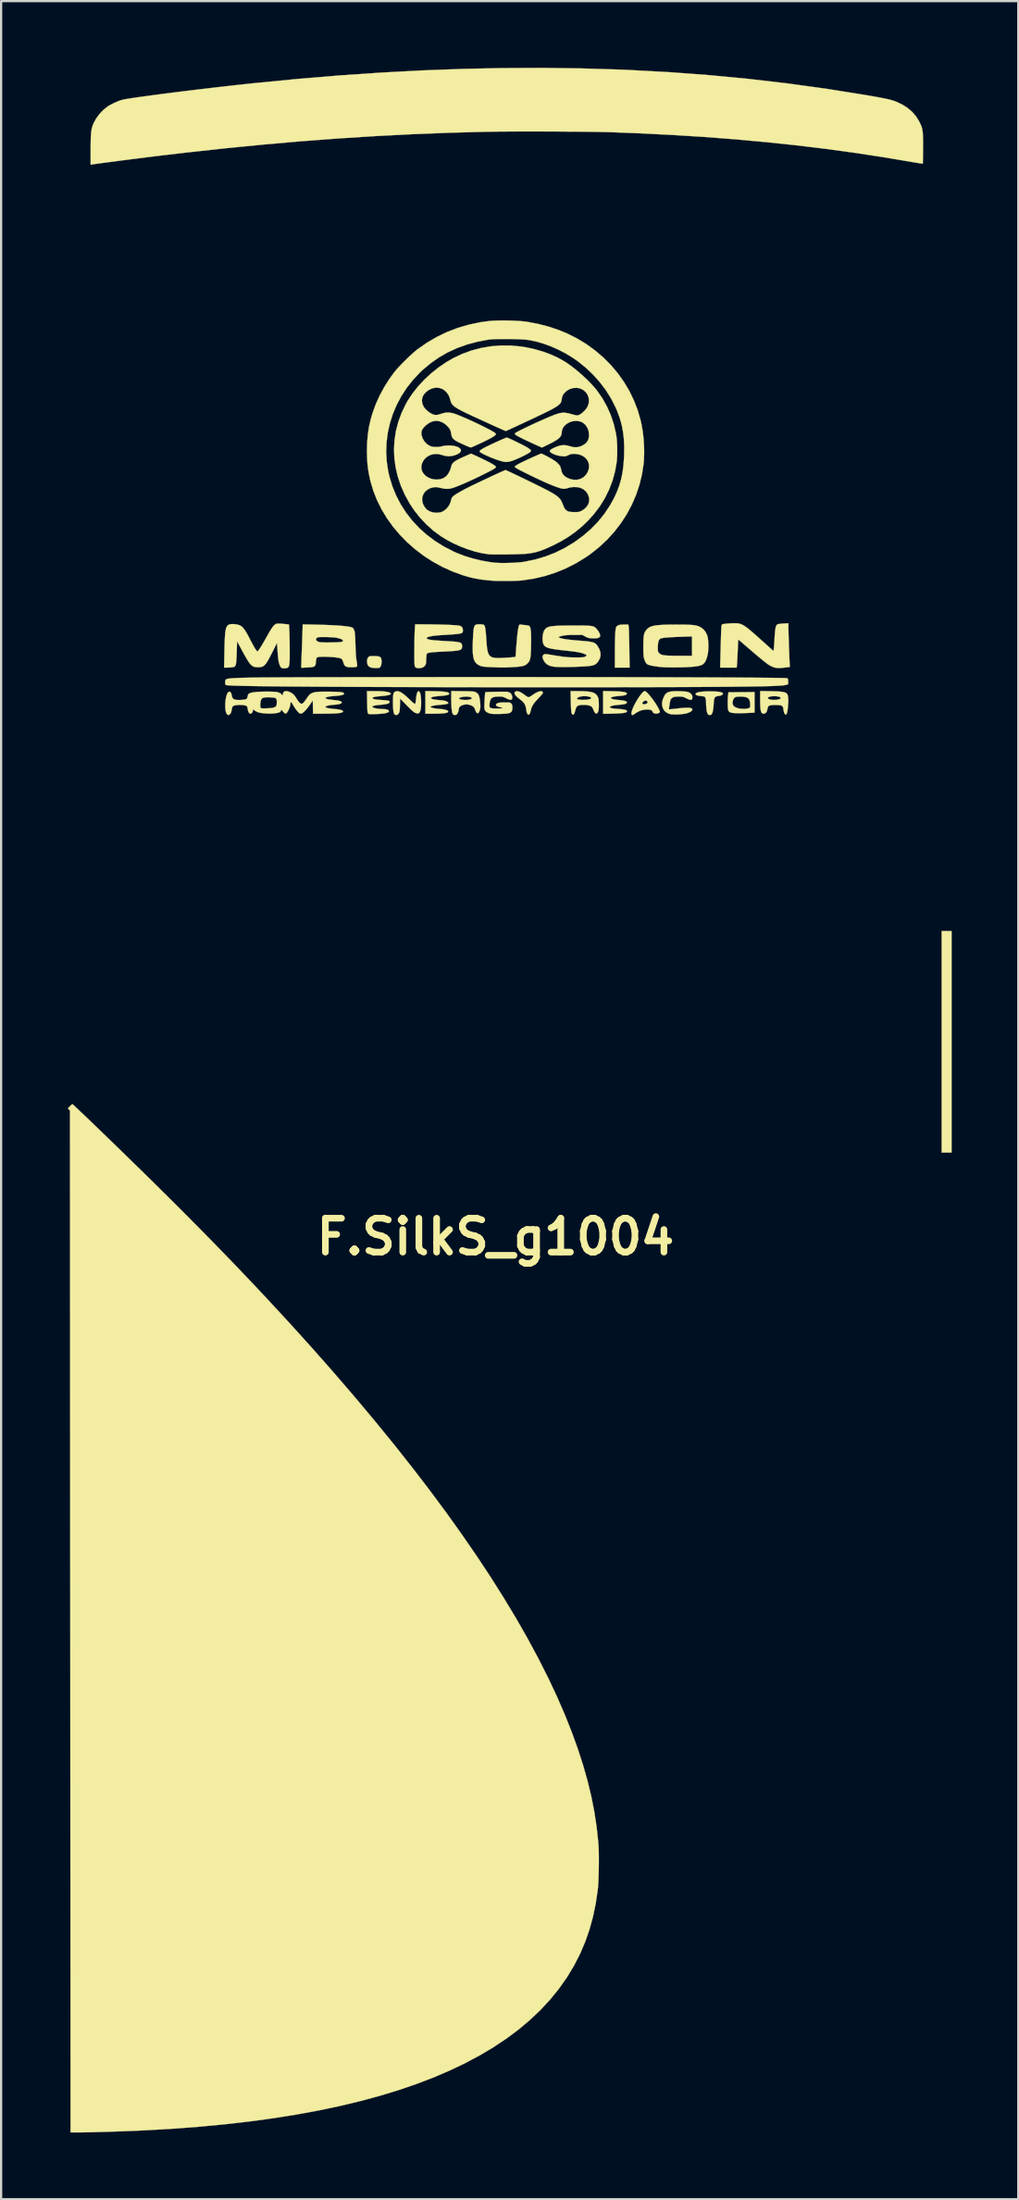
<source format=kicad_pcb>
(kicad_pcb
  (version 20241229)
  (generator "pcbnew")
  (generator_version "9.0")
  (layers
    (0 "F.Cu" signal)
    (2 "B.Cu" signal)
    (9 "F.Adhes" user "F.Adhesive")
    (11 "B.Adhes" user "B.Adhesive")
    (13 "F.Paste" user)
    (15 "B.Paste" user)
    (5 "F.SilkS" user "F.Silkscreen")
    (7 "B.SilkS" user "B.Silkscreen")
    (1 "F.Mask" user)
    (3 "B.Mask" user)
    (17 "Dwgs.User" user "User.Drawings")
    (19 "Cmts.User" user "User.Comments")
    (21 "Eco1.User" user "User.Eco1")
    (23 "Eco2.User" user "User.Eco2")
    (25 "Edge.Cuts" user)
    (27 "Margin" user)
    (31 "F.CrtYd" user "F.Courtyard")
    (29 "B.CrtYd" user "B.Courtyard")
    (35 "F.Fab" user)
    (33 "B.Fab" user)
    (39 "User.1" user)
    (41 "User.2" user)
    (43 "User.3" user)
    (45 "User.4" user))
  (footprint "F.SilkS_g1004"
    (layer "F.Cu")
    (at 19.254 52.602)
    (property "Reference" "F.SilkS_g1004" (at 0 0 0) (layer "F.SilkS") (effects (font (size 1.524 1.524) (thickness 0.3))))
    (attr through_hole)
    (fp_poly (pts (xy 20.532 -3.789) (xy 20.087 -3.789) (xy 20.087 -13.758) (xy 20.532 -13.758) (xy 20.532 -3.789)) (stroke (width 0.01) (type solid)) (fill yes) (layer "F.SilkS"))
    (fp_poly (pts (xy 5.996 -27.474) (xy 6 -27.438) (xy 6.004 -27.363) (xy 6.009 -27.257) (xy 6.013 -27.122) (xy 6.017 -26.965) (xy 6.021 -26.789) (xy 6.024 -26.6) (xy 6.026 -26.506) (xy 6.038 -25.612) (xy 5.376 -25.612) (xy 5.377 -26.326) (xy 5.378 -26.59) (xy 5.381 -26.814) (xy 5.386 -27) (xy 5.393 -27.152) (xy 5.403 -27.271) (xy 5.415 -27.36) (xy 5.43 -27.421) (xy 5.443 -27.45) (xy 5.488 -27.496) (xy 5.558 -27.526) (xy 5.66 -27.543) (xy 5.788 -27.548) (xy 5.977 -27.548) (xy 5.996 -27.474)) (stroke (width 0.01) (type solid)) (fill yes) (layer "F.SilkS"))
    (fp_poly (pts (xy -5.343 -26.127) (xy -5.255 -26.114) (xy -5.195 -26.09) (xy -5.158 -26.051) (xy -5.137 -25.993) (xy -5.133 -25.972) (xy -5.126 -25.876) (xy -5.135 -25.778) (xy -5.156 -25.693) (xy -5.188 -25.635) (xy -5.188 -25.635) (xy -5.217 -25.611) (xy -5.255 -25.598) (xy -5.315 -25.593) (xy -5.382 -25.592) (xy -5.469 -25.596) (xy -5.547 -25.604) (xy -5.599 -25.614) (xy -5.685 -25.653) (xy -5.741 -25.711) (xy -5.771 -25.795) (xy -5.779 -25.895) (xy -5.774 -25.974) (xy -5.756 -26.029) (xy -5.727 -26.071) (xy -5.702 -26.098) (xy -5.676 -26.115) (xy -5.639 -26.125) (xy -5.583 -26.129) (xy -5.496 -26.13) (xy -5.467 -26.13) (xy -5.343 -26.127)) (stroke (width 0.01) (type solid)) (fill yes) (layer "F.SilkS"))
    (fp_poly (pts (xy 2.104 -24.538) (xy 2.134 -24.5) (xy 2.138 -24.473) (xy 2.124 -24.448) (xy 2.085 -24.399) (xy 2.027 -24.333) (xy 1.955 -24.256) (xy 1.929 -24.228) (xy 1.812 -24.102) (xy 1.725 -23.992) (xy 1.662 -23.892) (xy 1.618 -23.791) (xy 1.59 -23.689) (xy 1.561 -23.583) (xy 1.529 -23.517) (xy 1.494 -23.492) (xy 1.456 -23.509) (xy 1.445 -23.521) (xy 1.425 -23.554) (xy 1.409 -23.602) (xy 1.394 -23.673) (xy 1.378 -23.776) (xy 1.351 -23.893) (xy 1.302 -23.993) (xy 1.225 -24.085) (xy 1.114 -24.178) (xy 1.108 -24.182) (xy 0.987 -24.279) (xy 0.905 -24.362) (xy 0.863 -24.431) (xy 0.859 -24.488) (xy 0.879 -24.519) (xy 0.938 -24.55) (xy 1.02 -24.545) (xy 1.121 -24.507) (xy 1.24 -24.436) (xy 1.321 -24.376) (xy 1.388 -24.328) (xy 1.448 -24.293) (xy 1.489 -24.278) (xy 1.492 -24.278) (xy 1.532 -24.291) (xy 1.591 -24.323) (xy 1.652 -24.365) (xy 1.769 -24.445) (xy 1.876 -24.503) (xy 1.971 -24.538) (xy 2.049 -24.55) (xy 2.104 -24.538)) (stroke (width 0.01) (type solid)) (fill yes) (layer "F.SilkS"))
    (fp_poly (pts (xy 9.852 -24.538) (xy 10.011 -24.528) (xy 10.129 -24.51) (xy 10.205 -24.485) (xy 10.239 -24.452) (xy 10.235 -24.413) (xy 10.193 -24.377) (xy 10.121 -24.349) (xy 10.034 -24.333) (xy 9.964 -24.322) (xy 9.913 -24.304) (xy 9.877 -24.273) (xy 9.852 -24.222) (xy 9.837 -24.145) (xy 9.826 -24.036) (xy 9.821 -23.943) (xy 9.806 -23.769) (xy 9.782 -23.636) (xy 9.751 -23.543) (xy 9.712 -23.493) (xy 9.709 -23.491) (xy 9.648 -23.474) (xy 9.588 -23.493) (xy 9.556 -23.525) (xy 9.53 -23.587) (xy 9.508 -23.683) (xy 9.493 -23.803) (xy 9.484 -23.94) (xy 9.483 -24.005) (xy 9.477 -24.136) (xy 9.458 -24.232) (xy 9.428 -24.291) (xy 9.405 -24.308) (xy 9.369 -24.316) (xy 9.304 -24.326) (xy 9.225 -24.334) (xy 9.225 -24.334) (xy 9.134 -24.348) (xy 9.064 -24.367) (xy 9.034 -24.383) (xy 9.005 -24.412) (xy 9.008 -24.434) (xy 9.025 -24.453) (xy 9.08 -24.486) (xy 9.172 -24.511) (xy 9.302 -24.529) (xy 9.472 -24.539) (xy 9.652 -24.542) (xy 9.852 -24.538)) (stroke (width 0.01) (type solid)) (fill yes) (layer "F.SilkS"))
    (fp_poly (pts (xy 11.663 -23.586) (xy 11.393 -23.572) (xy 11.156 -23.563) (xy 10.956 -23.559) (xy 10.795 -23.563) (xy 10.674 -23.572) (xy 10.593 -23.588) (xy 10.579 -23.593) (xy 10.515 -23.632) (xy 10.48 -23.69) (xy 10.477 -23.699) (xy 10.466 -23.754) (xy 10.459 -23.842) (xy 10.456 -23.951) (xy 10.456 -24.055) (xy 10.672 -24.055) (xy 10.681 -23.958) (xy 10.728 -23.879) (xy 10.813 -23.819) (xy 10.933 -23.779) (xy 10.966 -23.773) (xy 11.101 -23.756) (xy 11.218 -23.755) (xy 11.332 -23.768) (xy 11.396 -23.784) (xy 11.443 -23.804) (xy 11.454 -23.815) (xy 11.466 -23.858) (xy 11.469 -23.927) (xy 11.463 -24.01) (xy 11.451 -24.091) (xy 11.433 -24.158) (xy 11.421 -24.184) (xy 11.367 -24.239) (xy 11.289 -24.278) (xy 11.18 -24.3) (xy 11.037 -24.308) (xy 10.917 -24.305) (xy 10.83 -24.293) (xy 10.77 -24.267) (xy 10.729 -24.224) (xy 10.701 -24.169) (xy 10.672 -24.055) (xy 10.456 -24.055) (xy 10.456 -24.072) (xy 10.459 -24.195) (xy 10.466 -24.309) (xy 10.473 -24.373) (xy 10.488 -24.5) (xy 11.075 -24.506) (xy 11.663 -24.512) (xy 11.663 -23.586)) (stroke (width 0.01) (type solid)) (fill yes) (layer "F.SilkS"))
    (fp_poly (pts (xy 0.542 -35.953) (xy 0.604 -35.928) (xy 0.69 -35.89) (xy 0.794 -35.842) (xy 0.908 -35.787) (xy 1.026 -35.73) (xy 1.142 -35.672) (xy 1.248 -35.618) (xy 1.337 -35.57) (xy 1.378 -35.547) (xy 1.456 -35.5) (xy 1.523 -35.455) (xy 1.569 -35.42) (xy 1.577 -35.412) (xy 1.601 -35.381) (xy 1.6 -35.357) (xy 1.572 -35.322) (xy 1.565 -35.314) (xy 1.522 -35.281) (xy 1.448 -35.236) (xy 1.35 -35.183) (xy 1.236 -35.125) (xy 1.113 -35.066) (xy 0.989 -35.011) (xy 0.872 -34.962) (xy 0.776 -34.926) (xy 0.665 -34.891) (xy 0.569 -34.87) (xy 0.478 -34.864) (xy 0.382 -34.874) (xy 0.271 -34.9) (xy 0.134 -34.941) (xy 0.09 -34.956) (xy -0.035 -35.001) (xy -0.166 -35.052) (xy -0.297 -35.106) (xy -0.42 -35.161) (xy -0.529 -35.213) (xy -0.616 -35.259) (xy -0.676 -35.295) (xy -0.696 -35.313) (xy -0.711 -35.34) (xy -0.706 -35.367) (xy -0.677 -35.398) (xy -0.619 -35.437) (xy -0.529 -35.489) (xy -0.501 -35.504) (xy -0.424 -35.544) (xy -0.325 -35.592) (xy -0.211 -35.647) (xy -0.087 -35.705) (xy 0.04 -35.763) (xy 0.164 -35.819) (xy 0.278 -35.87) (xy 0.376 -35.912) (xy 0.452 -35.943) (xy 0.5 -35.96) (xy 0.511 -35.962) (xy 0.542 -35.953)) (stroke (width 0.01) (type solid)) (fill yes) (layer "F.SilkS"))
    (fp_poly (pts (xy 5.286 -24.548) (xy 5.477 -24.542) (xy 5.628 -24.533) (xy 5.744 -24.521) (xy 5.827 -24.506) (xy 5.881 -24.486) (xy 5.91 -24.461) (xy 5.916 -24.438) (xy 5.9 -24.405) (xy 5.852 -24.378) (xy 5.767 -24.357) (xy 5.645 -24.341) (xy 5.547 -24.333) (xy 5.396 -24.318) (xy 5.286 -24.298) (xy 5.218 -24.275) (xy 5.191 -24.249) (xy 5.206 -24.223) (xy 5.262 -24.198) (xy 5.359 -24.176) (xy 5.498 -24.158) (xy 5.557 -24.153) (xy 5.704 -24.137) (xy 5.814 -24.116) (xy 5.886 -24.09) (xy 5.919 -24.059) (xy 5.912 -24.023) (xy 5.877 -23.993) (xy 5.824 -23.972) (xy 5.731 -23.955) (xy 5.597 -23.941) (xy 5.573 -23.939) (xy 5.411 -23.923) (xy 5.287 -23.903) (xy 5.201 -23.878) (xy 5.155 -23.85) (xy 5.149 -23.839) (xy 5.153 -23.816) (xy 5.186 -23.797) (xy 5.251 -23.781) (xy 5.35 -23.767) (xy 5.487 -23.755) (xy 5.53 -23.752) (xy 5.681 -23.738) (xy 5.793 -23.722) (xy 5.869 -23.702) (xy 5.911 -23.678) (xy 5.922 -23.649) (xy 5.922 -23.645) (xy 5.907 -23.617) (xy 5.87 -23.595) (xy 5.807 -23.577) (xy 5.716 -23.564) (xy 5.593 -23.554) (xy 5.433 -23.546) (xy 5.297 -23.542) (xy 4.847 -23.532) (xy 4.847 -24.558) (xy 5.286 -24.548)) (stroke (width 0.01) (type solid)) (fill yes) (layer "F.SilkS"))
    (fp_poly (pts (xy -2.715 -24.548) (xy -2.521 -24.542) (xy -2.367 -24.532) (xy -2.249 -24.519) (xy -2.164 -24.503) (xy -2.11 -24.482) (xy -2.083 -24.456) (xy -2.079 -24.445) (xy -2.087 -24.415) (xy -2.127 -24.39) (xy -2.2 -24.369) (xy -2.31 -24.352) (xy -2.459 -24.338) (xy -2.476 -24.337) (xy -2.589 -24.327) (xy -2.692 -24.316) (xy -2.775 -24.304) (xy -2.828 -24.293) (xy -2.833 -24.292) (xy -2.889 -24.265) (xy -2.906 -24.239) (xy -2.883 -24.214) (xy -2.824 -24.192) (xy -2.731 -24.172) (xy -2.605 -24.156) (xy -2.539 -24.151) (xy -2.392 -24.137) (xy -2.285 -24.12) (xy -2.213 -24.097) (xy -2.208 -24.095) (xy -2.144 -24.057) (xy -2.12 -24.024) (xy -2.135 -23.997) (xy -2.19 -23.974) (xy -2.286 -23.956) (xy -2.423 -23.942) (xy -2.491 -23.937) (xy -2.63 -23.925) (xy -2.747 -23.909) (xy -2.839 -23.89) (xy -2.898 -23.868) (xy -2.921 -23.846) (xy -2.921 -23.844) (xy -2.901 -23.823) (xy -2.847 -23.801) (xy -2.766 -23.782) (xy -2.667 -23.766) (xy -2.566 -23.757) (xy -2.418 -23.744) (xy -2.297 -23.725) (xy -2.206 -23.7) (xy -2.148 -23.671) (xy -2.126 -23.639) (xy -2.143 -23.605) (xy -2.147 -23.602) (xy -2.199 -23.578) (xy -2.293 -23.56) (xy -2.427 -23.547) (xy -2.6 -23.54) (xy -2.789 -23.537) (xy -3.154 -23.537) (xy -3.154 -24.558) (xy -2.715 -24.548)) (stroke (width 0.01) (type solid)) (fill yes) (layer "F.SilkS"))
    (fp_poly (pts (xy -4.37 -24.545) (xy -4.285 -24.515) (xy -4.188 -24.457) (xy -4.075 -24.369) (xy -3.941 -24.25) (xy -3.891 -24.202) (xy -3.787 -24.103) (xy -3.709 -24.033) (xy -3.655 -23.991) (xy -3.624 -23.976) (xy -3.615 -23.978) (xy -3.603 -24.008) (xy -3.591 -24.069) (xy -3.58 -24.152) (xy -3.575 -24.201) (xy -3.559 -24.336) (xy -3.536 -24.441) (xy -3.509 -24.512) (xy -3.477 -24.548) (xy -3.443 -24.547) (xy -3.409 -24.506) (xy -3.393 -24.474) (xy -3.374 -24.405) (xy -3.359 -24.304) (xy -3.35 -24.184) (xy -3.346 -24.054) (xy -3.348 -23.926) (xy -3.355 -23.812) (xy -3.369 -23.721) (xy -3.374 -23.7) (xy -3.406 -23.612) (xy -3.445 -23.563) (xy -3.497 -23.547) (xy -3.57 -23.561) (xy -3.595 -23.57) (xy -3.638 -23.59) (xy -3.686 -23.622) (xy -3.745 -23.671) (xy -3.82 -23.74) (xy -3.915 -23.834) (xy -3.993 -23.913) (xy -4.293 -24.22) (xy -4.3 -23.926) (xy -4.304 -23.803) (xy -4.309 -23.714) (xy -4.317 -23.651) (xy -4.329 -23.605) (xy -4.346 -23.567) (xy -4.351 -23.558) (xy -4.402 -23.499) (xy -4.463 -23.476) (xy -4.524 -23.492) (xy -4.535 -23.499) (xy -4.564 -23.541) (xy -4.587 -23.618) (xy -4.602 -23.731) (xy -4.612 -23.883) (xy -4.614 -24.066) (xy -4.613 -24.216) (xy -4.607 -24.329) (xy -4.596 -24.411) (xy -4.578 -24.468) (xy -4.553 -24.505) (xy -4.519 -24.528) (xy -4.517 -24.529) (xy -4.446 -24.549) (xy -4.37 -24.545)) (stroke (width 0.01) (type solid)) (fill yes) (layer "F.SilkS"))
    (fp_poly (pts (xy 6.766 -24.536) (xy 6.822 -24.489) (xy 6.891 -24.417) (xy 6.969 -24.325) (xy 7.051 -24.22) (xy 7.134 -24.108) (xy 7.212 -23.993) (xy 7.281 -23.882) (xy 7.337 -23.78) (xy 7.339 -23.776) (xy 7.376 -23.698) (xy 7.396 -23.648) (xy 7.4 -23.617) (xy 7.39 -23.596) (xy 7.383 -23.588) (xy 7.327 -23.556) (xy 7.251 -23.542) (xy 7.174 -23.547) (xy 7.123 -23.567) (xy 7.085 -23.601) (xy 7.07 -23.632) (xy 7.05 -23.674) (xy 6.997 -23.704) (xy 6.918 -23.723) (xy 6.819 -23.728) (xy 6.709 -23.719) (xy 6.593 -23.696) (xy 6.558 -23.686) (xy 6.464 -23.649) (xy 6.365 -23.596) (xy 6.308 -23.559) (xy 6.231 -23.505) (xy 6.178 -23.479) (xy 6.145 -23.48) (xy 6.125 -23.505) (xy 6.125 -23.506) (xy 6.12 -23.566) (xy 6.139 -23.654) (xy 6.178 -23.766) (xy 6.235 -23.895) (xy 6.292 -24.003) (xy 6.609 -24.003) (xy 6.61 -23.996) (xy 6.641 -23.97) (xy 6.694 -23.961) (xy 6.756 -23.97) (xy 6.811 -23.995) (xy 6.816 -23.999) (xy 6.848 -24.032) (xy 6.848 -24.065) (xy 6.839 -24.084) (xy 6.797 -24.123) (xy 6.763 -24.13) (xy 6.711 -24.117) (xy 6.659 -24.084) (xy 6.621 -24.043) (xy 6.609 -24.003) (xy 6.292 -24.003) (xy 6.309 -24.036) (xy 6.396 -24.183) (xy 6.446 -24.26) (xy 6.532 -24.383) (xy 6.604 -24.471) (xy 6.662 -24.527) (xy 6.711 -24.551) (xy 6.728 -24.553) (xy 6.766 -24.536)) (stroke (width 0.01) (type solid)) (fill yes) (layer "F.SilkS"))
    (fp_poly (pts (xy -5.437 -24.553) (xy -5.215 -24.549) (xy -5.034 -24.539) (xy -4.893 -24.522) (xy -4.793 -24.499) (xy -4.746 -24.477) (xy -4.713 -24.446) (xy -4.716 -24.417) (xy -4.758 -24.392) (xy -4.837 -24.37) (xy -4.957 -24.35) (xy -5.118 -24.332) (xy -5.209 -24.324) (xy -5.349 -24.31) (xy -5.449 -24.294) (xy -5.51 -24.274) (xy -5.534 -24.25) (xy -5.525 -24.226) (xy -5.501 -24.207) (xy -5.461 -24.192) (xy -5.398 -24.179) (xy -5.307 -24.168) (xy -5.183 -24.157) (xy -5.101 -24.152) (xy -4.973 -24.142) (xy -4.882 -24.133) (xy -4.821 -24.122) (xy -4.785 -24.108) (xy -4.767 -24.09) (xy -4.763 -24.065) (xy -4.763 -24.063) (xy -4.781 -24.024) (xy -4.839 -23.992) (xy -4.936 -23.966) (xy -5.074 -23.947) (xy -5.163 -23.939) (xy -5.305 -23.926) (xy -5.418 -23.909) (xy -5.497 -23.889) (xy -5.539 -23.868) (xy -5.546 -23.855) (xy -5.526 -23.826) (xy -5.469 -23.799) (xy -5.383 -23.776) (xy -5.274 -23.759) (xy -5.146 -23.75) (xy -5.08 -23.748) (xy -4.96 -23.74) (xy -4.869 -23.721) (xy -4.813 -23.691) (xy -4.794 -23.654) (xy -4.814 -23.614) (xy -4.872 -23.582) (xy -4.971 -23.556) (xy -5.109 -23.537) (xy -5.289 -23.525) (xy -5.366 -23.522) (xy -5.494 -23.518) (xy -5.587 -23.516) (xy -5.65 -23.518) (xy -5.691 -23.523) (xy -5.717 -23.532) (xy -5.733 -23.545) (xy -5.737 -23.548) (xy -5.747 -23.569) (xy -5.756 -23.605) (xy -5.762 -23.662) (xy -5.767 -23.745) (xy -5.771 -23.858) (xy -5.774 -24.007) (xy -5.775 -24.07) (xy -5.783 -24.553) (xy -5.437 -24.553)) (stroke (width 0.01) (type solid)) (fill yes) (layer "F.SilkS"))
    (fp_poly (pts (xy 8.358 -24.545) (xy 8.479 -24.539) (xy 8.583 -24.528) (xy 8.659 -24.516) (xy 8.678 -24.51) (xy 8.771 -24.46) (xy 8.835 -24.391) (xy 8.867 -24.308) (xy 8.86 -24.22) (xy 8.859 -24.218) (xy 8.834 -24.176) (xy 8.792 -24.16) (xy 8.727 -24.171) (xy 8.636 -24.209) (xy 8.597 -24.228) (xy 8.518 -24.268) (xy 8.457 -24.292) (xy 8.398 -24.304) (xy 8.326 -24.309) (xy 8.246 -24.309) (xy 8.114 -24.303) (xy 8.016 -24.284) (xy 7.946 -24.249) (xy 7.898 -24.196) (xy 7.886 -24.175) (xy 7.872 -24.135) (xy 7.857 -24.069) (xy 7.842 -23.988) (xy 7.828 -23.903) (xy 7.818 -23.826) (xy 7.813 -23.767) (xy 7.816 -23.737) (xy 7.817 -23.736) (xy 7.839 -23.735) (xy 7.896 -23.739) (xy 7.977 -23.747) (xy 8.075 -23.758) (xy 8.077 -23.759) (xy 8.292 -23.783) (xy 8.469 -23.798) (xy 8.609 -23.805) (xy 8.716 -23.803) (xy 8.793 -23.792) (xy 8.841 -23.772) (xy 8.863 -23.743) (xy 8.865 -23.735) (xy 8.851 -23.685) (xy 8.797 -23.635) (xy 8.705 -23.588) (xy 8.617 -23.557) (xy 8.524 -23.536) (xy 8.404 -23.519) (xy 8.27 -23.507) (xy 8.134 -23.502) (xy 8.009 -23.503) (xy 7.908 -23.511) (xy 7.88 -23.516) (xy 7.744 -23.564) (xy 7.635 -23.64) (xy 7.558 -23.74) (xy 7.512 -23.86) (xy 7.499 -23.995) (xy 7.522 -24.142) (xy 7.581 -24.296) (xy 7.584 -24.303) (xy 7.64 -24.399) (xy 7.697 -24.462) (xy 7.769 -24.503) (xy 7.867 -24.529) (xy 7.906 -24.535) (xy 7.994 -24.544) (xy 8.105 -24.549) (xy 8.23 -24.549) (xy 8.358 -24.545)) (stroke (width 0.01) (type solid)) (fill yes) (layer "F.SilkS"))
    (fp_poly (pts (xy 12.409 -24.548) (xy 12.607 -24.543) (xy 12.767 -24.535) (xy 12.893 -24.524) (xy 12.99 -24.506) (xy 13.061 -24.48) (xy 13.111 -24.445) (xy 13.144 -24.398) (xy 13.164 -24.338) (xy 13.176 -24.263) (xy 13.18 -24.212) (xy 13.183 -24.117) (xy 13.179 -24.002) (xy 13.17 -23.877) (xy 13.157 -23.755) (xy 13.141 -23.649) (xy 13.124 -23.57) (xy 13.12 -23.558) (xy 13.092 -23.508) (xy 13.058 -23.499) (xy 13.022 -23.533) (xy 13.01 -23.553) (xy 12.99 -23.607) (xy 12.972 -23.683) (xy 12.964 -23.734) (xy 12.951 -23.808) (xy 12.93 -23.861) (xy 12.893 -23.895) (xy 12.834 -23.916) (xy 12.748 -23.926) (xy 12.626 -23.929) (xy 12.605 -23.929) (xy 12.477 -23.927) (xy 12.385 -23.917) (xy 12.322 -23.898) (xy 12.282 -23.866) (xy 12.259 -23.816) (xy 12.245 -23.747) (xy 12.245 -23.746) (xy 12.218 -23.649) (xy 12.172 -23.579) (xy 12.111 -23.542) (xy 12.078 -23.537) (xy 12.031 -23.544) (xy 11.993 -23.567) (xy 11.964 -23.61) (xy 11.944 -23.678) (xy 11.929 -23.774) (xy 11.921 -23.902) (xy 11.917 -24.066) (xy 11.917 -24.159) (xy 11.917 -24.24) (xy 12.26 -24.24) (xy 12.286 -24.207) (xy 12.345 -24.181) (xy 12.428 -24.164) (xy 12.526 -24.157) (xy 12.629 -24.16) (xy 12.728 -24.176) (xy 12.742 -24.179) (xy 12.812 -24.205) (xy 12.842 -24.233) (xy 12.838 -24.262) (xy 12.801 -24.288) (xy 12.735 -24.309) (xy 12.644 -24.323) (xy 12.552 -24.327) (xy 12.443 -24.321) (xy 12.354 -24.306) (xy 12.291 -24.283) (xy 12.261 -24.254) (xy 12.26 -24.24) (xy 11.917 -24.24) (xy 11.917 -24.558) (xy 12.409 -24.548)) (stroke (width 0.01) (type solid)) (fill yes) (layer "F.SilkS"))
    (fp_poly (pts (xy 3.728 -24.553) (xy 3.94 -24.55) (xy 4.114 -24.54) (xy 4.254 -24.523) (xy 4.366 -24.497) (xy 4.453 -24.461) (xy 4.521 -24.414) (xy 4.572 -24.354) (xy 4.593 -24.32) (xy 4.617 -24.273) (xy 4.633 -24.224) (xy 4.643 -24.164) (xy 4.649 -24.081) (xy 4.653 -23.982) (xy 4.653 -23.822) (xy 4.641 -23.701) (xy 4.618 -23.615) (xy 4.582 -23.561) (xy 4.568 -23.551) (xy 4.524 -23.545) (xy 4.48 -23.578) (xy 4.438 -23.644) (xy 4.413 -23.706) (xy 4.384 -23.776) (xy 4.348 -23.834) (xy 4.333 -23.851) (xy 4.266 -23.891) (xy 4.167 -23.919) (xy 4.046 -23.935) (xy 3.912 -23.935) (xy 3.9 -23.935) (xy 3.79 -23.923) (xy 3.713 -23.899) (xy 3.66 -23.856) (xy 3.622 -23.786) (xy 3.59 -23.681) (xy 3.588 -23.673) (xy 3.564 -23.587) (xy 3.544 -23.535) (xy 3.524 -23.508) (xy 3.5 -23.499) (xy 3.464 -23.505) (xy 3.437 -23.543) (xy 3.428 -23.563) (xy 3.417 -23.614) (xy 3.408 -23.705) (xy 3.4 -23.834) (xy 3.394 -23.998) (xy 3.392 -24.093) (xy 3.389 -24.217) (xy 3.664 -24.217) (xy 3.668 -24.201) (xy 3.71 -24.182) (xy 3.782 -24.169) (xy 3.876 -24.161) (xy 3.98 -24.16) (xy 4.084 -24.165) (xy 4.177 -24.176) (xy 4.249 -24.193) (xy 4.249 -24.194) (xy 4.3 -24.22) (xy 4.315 -24.246) (xy 4.297 -24.271) (xy 4.254 -24.292) (xy 4.191 -24.31) (xy 4.112 -24.322) (xy 4.024 -24.327) (xy 3.932 -24.325) (xy 3.841 -24.312) (xy 3.797 -24.302) (xy 3.732 -24.277) (xy 3.685 -24.247) (xy 3.664 -24.217) (xy 3.389 -24.217) (xy 3.382 -24.553) (xy 3.728 -24.553)) (stroke (width 0.01) (type solid)) (fill yes) (layer "F.SilkS"))
    (fp_poly (pts (xy -1.476 -24.55) (xy -1.314 -24.548) (xy -1.188 -24.545) (xy -1.092 -24.541) (xy -1.021 -24.536) (xy -0.97 -24.53) (xy -0.931 -24.521) (xy -0.9 -24.509) (xy -0.88 -24.499) (xy -0.818 -24.457) (xy -0.771 -24.402) (xy -0.737 -24.325) (xy -0.712 -24.22) (xy -0.693 -24.081) (xy -0.692 -24.065) (xy -0.682 -23.95) (xy -0.679 -23.865) (xy -0.683 -23.796) (xy -0.695 -23.732) (xy -0.7 -23.713) (xy -0.733 -23.62) (xy -0.771 -23.569) (xy -0.813 -23.559) (xy -0.856 -23.59) (xy -0.896 -23.664) (xy -0.912 -23.708) (xy -0.949 -23.797) (xy -0.998 -23.858) (xy -1.07 -23.901) (xy -1.149 -23.929) (xy -1.227 -23.95) (xy -1.287 -23.959) (xy -1.347 -23.955) (xy -1.427 -23.94) (xy -1.437 -23.938) (xy -1.538 -23.903) (xy -1.61 -23.85) (xy -1.647 -23.784) (xy -1.651 -23.75) (xy -1.661 -23.679) (xy -1.685 -23.603) (xy -1.718 -23.537) (xy -1.754 -23.497) (xy -1.758 -23.494) (xy -1.829 -23.475) (xy -1.891 -23.494) (xy -1.912 -23.512) (xy -1.939 -23.567) (xy -1.961 -23.663) (xy -1.976 -23.801) (xy -1.986 -23.98) (xy -1.989 -24.201) (xy -1.989 -24.201) (xy -1.989 -24.231) (xy -1.642 -24.231) (xy -1.633 -24.209) (xy -1.586 -24.184) (xy -1.509 -24.166) (xy -1.413 -24.156) (xy -1.311 -24.155) (xy -1.215 -24.164) (xy -1.177 -24.171) (xy -1.103 -24.195) (xy -1.066 -24.22) (xy -1.063 -24.246) (xy -1.089 -24.269) (xy -1.141 -24.288) (xy -1.214 -24.301) (xy -1.303 -24.307) (xy -1.406 -24.302) (xy -1.448 -24.297) (xy -1.551 -24.279) (xy -1.616 -24.256) (xy -1.642 -24.231) (xy -1.989 -24.231) (xy -1.99 -24.558) (xy -1.476 -24.55)) (stroke (width 0.01) (type solid)) (fill yes) (layer "F.SilkS"))
    (fp_poly (pts (xy 0.481 -24.526) (xy 0.528 -24.524) (xy 0.534 -24.524) (xy 0.634 -24.491) (xy 0.707 -24.429) (xy 0.748 -24.342) (xy 0.75 -24.33) (xy 0.758 -24.242) (xy 0.741 -24.187) (xy 0.698 -24.163) (xy 0.628 -24.171) (xy 0.53 -24.209) (xy 0.491 -24.228) (xy 0.411 -24.268) (xy 0.35 -24.292) (xy 0.291 -24.304) (xy 0.219 -24.309) (xy 0.139 -24.309) (xy 0.000251 -24.302) (xy -0.104 -24.278) (xy -0.177 -24.233) (xy -0.226 -24.163) (xy -0.256 -24.064) (xy -0.268 -23.974) (xy -0.272 -23.899) (xy -0.265 -23.845) (xy -0.241 -23.809) (xy -0.194 -23.786) (xy -0.119 -23.775) (xy -0.011 -23.771) (xy 0.067 -23.77) (xy 0.179 -23.772) (xy 0.262 -23.778) (xy 0.313 -23.786) (xy 0.33 -23.797) (xy 0.309 -23.809) (xy 0.252 -23.821) (xy 0.174 -23.838) (xy 0.099 -23.863) (xy 0.092 -23.866) (xy 0.042 -23.893) (xy 0.024 -23.924) (xy 0.025 -23.944) (xy 0.044 -23.982) (xy 0.091 -24.011) (xy 0.169 -24.03) (xy 0.282 -24.041) (xy 0.419 -24.044) (xy 0.524 -24.044) (xy 0.595 -24.042) (xy 0.642 -24.036) (xy 0.673 -24.024) (xy 0.698 -24.005) (xy 0.71 -23.993) (xy 0.74 -23.957) (xy 0.755 -23.915) (xy 0.761 -23.852) (xy 0.762 -23.807) (xy 0.754 -23.706) (xy 0.726 -23.636) (xy 0.674 -23.589) (xy 0.598 -23.558) (xy 0.542 -23.548) (xy 0.453 -23.539) (xy 0.343 -23.532) (xy 0.22 -23.527) (xy 0.096 -23.525) (xy -0.021 -23.525) (xy -0.119 -23.528) (xy -0.188 -23.534) (xy -0.201 -23.536) (xy -0.323 -23.571) (xy -0.408 -23.615) (xy -0.463 -23.675) (xy -0.494 -23.754) (xy -0.499 -23.782) (xy -0.501 -23.822) (xy -0.5 -23.892) (xy -0.497 -23.984) (xy -0.492 -24.089) (xy -0.486 -24.197) (xy -0.479 -24.301) (xy -0.472 -24.392) (xy -0.466 -24.461) (xy -0.46 -24.5) (xy -0.458 -24.504) (xy -0.435 -24.508) (xy -0.376 -24.512) (xy -0.29 -24.516) (xy -0.183 -24.519) (xy -0.063 -24.522) (xy 0.063 -24.524) (xy 0.187 -24.526) (xy 0.303 -24.527) (xy 0.404 -24.527) (xy 0.481 -24.526)) (stroke (width 0.01) (type solid)) (fill yes) (layer "F.SilkS"))
    (fp_poly (pts (xy -3.168 -27.558) (xy -2.936 -27.556) (xy -2.71 -27.553) (xy -2.492 -27.548) (xy -2.287 -27.542) (xy -2.101 -27.535) (xy -1.936 -27.526) (xy -1.799 -27.518) (xy -1.692 -27.508) (xy -1.621 -27.498) (xy -1.599 -27.493) (xy -1.521 -27.449) (xy -1.477 -27.383) (xy -1.465 -27.29) (xy -1.466 -27.273) (xy -1.469 -27.24) (xy -1.475 -27.212) (xy -1.489 -27.189) (xy -1.513 -27.17) (xy -1.552 -27.154) (xy -1.61 -27.14) (xy -1.689 -27.128) (xy -1.793 -27.117) (xy -1.926 -27.106) (xy -2.093 -27.095) (xy -2.295 -27.082) (xy -2.445 -27.073) (xy -2.646 -27.058) (xy -2.814 -27.038) (xy -2.944 -27.014) (xy -3.037 -26.987) (xy -3.088 -26.957) (xy -3.104 -26.932) (xy -3.085 -26.911) (xy -3.074 -26.906) (xy -3.034 -26.888) (xy -2.982 -26.873) (xy -2.911 -26.86) (xy -2.819 -26.848) (xy -2.701 -26.836) (xy -2.551 -26.825) (xy -2.366 -26.814) (xy -2.266 -26.808) (xy -2.066 -26.796) (xy -1.904 -26.785) (xy -1.777 -26.773) (xy -1.68 -26.758) (xy -1.608 -26.741) (xy -1.559 -26.719) (xy -1.528 -26.691) (xy -1.511 -26.656) (xy -1.504 -26.613) (xy -1.503 -26.579) (xy -1.505 -26.529) (xy -1.512 -26.487) (xy -1.529 -26.453) (xy -1.56 -26.425) (xy -1.608 -26.403) (xy -1.677 -26.385) (xy -1.77 -26.371) (xy -1.892 -26.359) (xy -2.045 -26.349) (xy -2.235 -26.338) (xy -2.4 -26.33) (xy -2.597 -26.32) (xy -2.755 -26.309) (xy -2.878 -26.297) (xy -2.969 -26.284) (xy -3.034 -26.268) (xy -3.074 -26.25) (xy -3.089 -26.237) (xy -3.1 -26.205) (xy -3.108 -26.141) (xy -3.115 -26.056) (xy -3.117 -25.99) (xy -3.121 -25.886) (xy -3.127 -25.815) (xy -3.138 -25.765) (xy -3.155 -25.726) (xy -3.17 -25.703) (xy -3.239 -25.64) (xy -3.333 -25.599) (xy -3.439 -25.585) (xy -3.511 -25.592) (xy -3.548 -25.6) (xy -3.578 -25.61) (xy -3.601 -25.625) (xy -3.619 -25.65) (xy -3.632 -25.689) (xy -3.641 -25.747) (xy -3.646 -25.828) (xy -3.649 -25.936) (xy -3.65 -26.075) (xy -3.65 -26.25) (xy -3.649 -26.369) (xy -3.648 -26.55) (xy -3.647 -26.73) (xy -3.644 -26.901) (xy -3.641 -27.055) (xy -3.637 -27.185) (xy -3.633 -27.283) (xy -3.631 -27.31) (xy -3.615 -27.559) (xy -3.168 -27.558)) (stroke (width 0.01) (type solid)) (fill yes) (layer "F.SilkS"))
    (fp_poly (pts (xy 8.363 -27.546) (xy 8.55 -27.544) (xy 8.705 -27.539) (xy 8.832 -27.532) (xy 8.936 -27.521) (xy 9.023 -27.506) (xy 9.097 -27.487) (xy 9.163 -27.462) (xy 9.226 -27.432) (xy 9.257 -27.415) (xy 9.369 -27.329) (xy 9.461 -27.21) (xy 9.53 -27.068) (xy 9.538 -27.044) (xy 9.56 -26.943) (xy 9.576 -26.813) (xy 9.584 -26.666) (xy 9.584 -26.514) (xy 9.577 -26.368) (xy 9.561 -26.243) (xy 9.558 -26.223) (xy 9.516 -26.053) (xy 9.466 -25.922) (xy 9.406 -25.824) (xy 9.332 -25.756) (xy 9.275 -25.725) (xy 9.175 -25.694) (xy 9.034 -25.668) (xy 8.852 -25.648) (xy 8.629 -25.633) (xy 8.363 -25.624) (xy 8.266 -25.623) (xy 8.104 -25.621) (xy 7.942 -25.621) (xy 7.788 -25.623) (xy 7.653 -25.626) (xy 7.546 -25.631) (xy 7.504 -25.634) (xy 7.353 -25.649) (xy 7.207 -25.669) (xy 7.074 -25.691) (xy 6.964 -25.715) (xy 6.884 -25.738) (xy 6.857 -25.75) (xy 6.802 -25.79) (xy 6.757 -25.851) (xy 6.717 -25.942) (xy 6.696 -26.006) (xy 6.682 -26.057) (xy 6.672 -26.115) (xy 6.665 -26.186) (xy 6.66 -26.277) (xy 6.658 -26.396) (xy 6.658 -26.45) (xy 7.307 -26.45) (xy 7.314 -26.365) (xy 7.333 -26.305) (xy 7.367 -26.26) (xy 7.42 -26.222) (xy 7.424 -26.22) (xy 7.464 -26.199) (xy 7.51 -26.183) (xy 7.567 -26.17) (xy 7.64 -26.161) (xy 7.735 -26.153) (xy 7.855 -26.149) (xy 8.006 -26.145) (xy 8.192 -26.144) (xy 8.271 -26.143) (xy 8.848 -26.141) (xy 8.848 -27.014) (xy 8.377 -26.999) (xy 8.119 -26.99) (xy 7.903 -26.979) (xy 7.727 -26.967) (xy 7.591 -26.953) (xy 7.494 -26.937) (xy 7.436 -26.92) (xy 7.433 -26.919) (xy 7.386 -26.885) (xy 7.352 -26.832) (xy 7.329 -26.753) (xy 7.314 -26.643) (xy 7.31 -26.567) (xy 7.307 -26.45) (xy 6.658 -26.45) (xy 6.657 -26.549) (xy 6.657 -26.564) (xy 6.659 -26.749) (xy 6.664 -26.897) (xy 6.674 -27.015) (xy 6.691 -27.109) (xy 6.715 -27.184) (xy 6.748 -27.248) (xy 6.79 -27.306) (xy 6.808 -27.326) (xy 6.86 -27.377) (xy 6.921 -27.42) (xy 6.995 -27.455) (xy 7.084 -27.483) (xy 7.193 -27.506) (xy 7.326 -27.522) (xy 7.487 -27.534) (xy 7.679 -27.542) (xy 7.905 -27.546) (xy 8.139 -27.547) (xy 8.363 -27.546)) (stroke (width 0.01) (type solid)) (fill yes) (layer "F.SilkS"))
    (fp_poly (pts (xy 10.875 -27.606) (xy 10.931 -27.6) (xy 10.994 -27.586) (xy 11.054 -27.567) (xy 11.116 -27.54) (xy 11.183 -27.503) (xy 11.257 -27.454) (xy 11.344 -27.39) (xy 11.445 -27.308) (xy 11.565 -27.207) (xy 11.707 -27.083) (xy 11.874 -26.934) (xy 12.002 -26.82) (xy 12.52 -26.353) (xy 12.535 -26.506) (xy 12.541 -26.581) (xy 12.549 -26.686) (xy 12.557 -26.811) (xy 12.566 -26.945) (xy 12.571 -27.023) (xy 12.582 -27.188) (xy 12.596 -27.315) (xy 12.612 -27.41) (xy 12.632 -27.478) (xy 12.658 -27.524) (xy 12.691 -27.554) (xy 12.699 -27.559) (xy 12.739 -27.57) (xy 12.809 -27.581) (xy 12.899 -27.591) (xy 12.966 -27.595) (xy 13.187 -27.608) (xy 13.187 -27.447) (xy 13.188 -27.38) (xy 13.19 -27.278) (xy 13.193 -27.147) (xy 13.198 -26.993) (xy 13.203 -26.824) (xy 13.209 -26.646) (xy 13.215 -26.467) (xy 13.222 -26.292) (xy 13.228 -26.128) (xy 13.234 -25.982) (xy 13.239 -25.874) (xy 13.25 -25.639) (xy 13.038 -25.615) (xy 12.889 -25.6) (xy 12.773 -25.593) (xy 12.68 -25.595) (xy 12.6 -25.606) (xy 12.526 -25.627) (xy 12.516 -25.63) (xy 12.436 -25.664) (xy 12.346 -25.711) (xy 12.288 -25.746) (xy 12.222 -25.793) (xy 12.129 -25.866) (xy 12.01 -25.961) (xy 11.87 -26.077) (xy 11.711 -26.21) (xy 11.537 -26.358) (xy 11.351 -26.517) (xy 11.24 -26.614) (xy 11.145 -26.696) (xy 11.062 -26.768) (xy 10.995 -26.824) (xy 10.949 -26.861) (xy 10.93 -26.876) (xy 10.93 -26.875) (xy 10.928 -26.854) (xy 10.925 -26.796) (xy 10.92 -26.707) (xy 10.915 -26.592) (xy 10.908 -26.456) (xy 10.902 -26.31) (xy 10.895 -26.157) (xy 10.888 -26.014) (xy 10.881 -25.888) (xy 10.875 -25.786) (xy 10.87 -25.714) (xy 10.867 -25.68) (xy 10.857 -25.612) (xy 10.118 -25.612) (xy 10.117 -25.691) (xy 10.118 -25.729) (xy 10.119 -25.804) (xy 10.122 -25.912) (xy 10.126 -26.048) (xy 10.13 -26.206) (xy 10.135 -26.381) (xy 10.14 -26.57) (xy 10.143 -26.656) (xy 10.149 -26.873) (xy 10.154 -27.052) (xy 10.159 -27.195) (xy 10.164 -27.308) (xy 10.169 -27.394) (xy 10.173 -27.457) (xy 10.179 -27.501) (xy 10.185 -27.529) (xy 10.193 -27.546) (xy 10.202 -27.555) (xy 10.212 -27.56) (xy 10.262 -27.572) (xy 10.344 -27.583) (xy 10.448 -27.593) (xy 10.563 -27.601) (xy 10.679 -27.606) (xy 10.787 -27.608) (xy 10.875 -27.606)) (stroke (width 0.01) (type solid)) (fill yes) (layer "F.SilkS"))
    (fp_poly (pts (xy -19.027 -5.955) (xy -18.982 -5.914) (xy -18.911 -5.849) (xy -18.819 -5.762) (xy -18.708 -5.657) (xy -18.58 -5.536) (xy -18.439 -5.402) (xy -18.288 -5.257) (xy -18.208 -5.181) (xy -17.42 -4.42) (xy -16.662 -3.685) (xy -15.933 -2.973) (xy -15.232 -2.283) (xy -14.556 -1.613) (xy -13.905 -0.962) (xy -13.275 -0.327) (xy -12.666 0.293) (xy -12.076 0.9) (xy -11.503 1.496) (xy -10.946 2.082) (xy -10.402 2.66) (xy -10.296 2.773) (xy -9.247 3.908) (xy -8.236 5.027) (xy -7.263 6.13) (xy -6.328 7.217) (xy -5.43 8.288) (xy -4.57 9.342) (xy -3.748 10.381) (xy -2.964 11.402) (xy -2.218 12.408) (xy -1.511 13.397) (xy -0.841 14.369) (xy -0.209 15.325) (xy 0.384 16.264) (xy 0.939 17.186) (xy 1.456 18.092) (xy 1.934 18.98) (xy 2.374 19.851) (xy 2.776 20.705) (xy 3.139 21.543) (xy 3.435 22.288) (xy 3.707 23.041) (xy 3.944 23.774) (xy 4.147 24.489) (xy 4.316 25.191) (xy 4.452 25.88) (xy 4.555 26.562) (xy 4.627 27.237) (xy 4.637 27.366) (xy 4.645 27.506) (xy 4.65 27.678) (xy 4.653 27.874) (xy 4.654 28.086) (xy 4.652 28.308) (xy 4.648 28.531) (xy 4.643 28.748) (xy 4.635 28.952) (xy 4.626 29.134) (xy 4.615 29.287) (xy 4.606 29.379) (xy 4.514 30.003) (xy 4.389 30.601) (xy 4.231 31.176) (xy 4.038 31.729) (xy 3.81 32.263) (xy 3.546 32.779) (xy 3.246 33.28) (xy 3.203 33.346) (xy 2.849 33.846) (xy 2.457 34.328) (xy 2.027 34.791) (xy 1.559 35.235) (xy 1.053 35.661) (xy 0.51 36.068) (xy -0.072 36.456) (xy -0.692 36.826) (xy -1.349 37.177) (xy -2.045 37.51) (xy -2.778 37.824) (xy -3.549 38.119) (xy -4.358 38.396) (xy -5.205 38.654) (xy -6.089 38.893) (xy -7.011 39.114) (xy -7.971 39.316) (xy -8.969 39.499) (xy -10.004 39.663) (xy -11.077 39.809) (xy -12.188 39.936) (xy -13.336 40.045) (xy -14.522 40.134) (xy -15.746 40.205) (xy -16.203 40.227) (xy -16.453 40.237) (xy -16.718 40.247) (xy -16.993 40.257) (xy -17.271 40.266) (xy -17.547 40.275) (xy -17.815 40.282) (xy -18.069 40.289) (xy -18.303 40.294) (xy -18.511 40.298) (xy -18.688 40.301) (xy -18.808 40.301) (xy -19.128 40.301) (xy -19.153 -5.678) (xy -19.249 -5.779) (xy -19.155 -5.874) (xy -19.104 -5.924) (xy -19.064 -5.958) (xy -19.045 -5.969) (xy -19.027 -5.955)) (stroke (width 0.01) (type solid)) (fill yes) (layer "F.SilkS"))
    (fp_poly (pts (xy -0.643 -27.559) (xy -0.574 -27.55) (xy -0.531 -27.539) (xy -0.508 -27.521) (xy -0.488 -27.49) (xy -0.472 -27.443) (xy -0.458 -27.374) (xy -0.445 -27.279) (xy -0.433 -27.153) (xy -0.42 -26.992) (xy -0.413 -26.89) (xy -0.398 -26.673) (xy -0.379 -26.495) (xy -0.355 -26.353) (xy -0.32 -26.242) (xy -0.271 -26.16) (xy -0.205 -26.102) (xy -0.118 -26.065) (xy -0.005 -26.046) (xy 0.137 -26.041) (xy 0.312 -26.046) (xy 0.482 -26.056) (xy 0.627 -26.066) (xy 0.735 -26.074) (xy 0.812 -26.081) (xy 0.863 -26.089) (xy 0.892 -26.097) (xy 0.906 -26.107) (xy 0.91 -26.121) (xy 0.91 -26.122) (xy 0.912 -26.183) (xy 0.918 -26.277) (xy 0.926 -26.397) (xy 0.937 -26.535) (xy 0.949 -26.681) (xy 0.962 -26.828) (xy 0.974 -26.967) (xy 0.987 -27.09) (xy 0.997 -27.189) (xy 1.006 -27.255) (xy 1.027 -27.38) (xy 1.047 -27.467) (xy 1.066 -27.521) (xy 1.088 -27.548) (xy 1.113 -27.552) (xy 1.117 -27.551) (xy 1.154 -27.544) (xy 1.221 -27.536) (xy 1.305 -27.528) (xy 1.327 -27.526) (xy 1.429 -27.514) (xy 1.495 -27.498) (xy 1.532 -27.477) (xy 1.535 -27.474) (xy 1.559 -27.432) (xy 1.578 -27.364) (xy 1.592 -27.267) (xy 1.601 -27.139) (xy 1.605 -26.975) (xy 1.605 -26.774) (xy 1.603 -26.629) (xy 1.599 -26.435) (xy 1.592 -26.279) (xy 1.583 -26.154) (xy 1.57 -26.055) (xy 1.552 -25.978) (xy 1.529 -25.916) (xy 1.498 -25.864) (xy 1.459 -25.818) (xy 1.442 -25.8) (xy 1.389 -25.754) (xy 1.329 -25.718) (xy 1.255 -25.691) (xy 1.161 -25.669) (xy 1.041 -25.653) (xy 0.889 -25.64) (xy 0.751 -25.632) (xy 0.622 -25.626) (xy 0.517 -25.621) (xy 0.427 -25.618) (xy 0.344 -25.617) (xy 0.259 -25.617) (xy 0.163 -25.62) (xy 0.046 -25.624) (xy -0.099 -25.629) (xy -0.191 -25.633) (xy -0.338 -25.64) (xy -0.452 -25.647) (xy -0.538 -25.656) (xy -0.605 -25.668) (xy -0.66 -25.683) (xy -0.71 -25.704) (xy -0.741 -25.719) (xy -0.82 -25.767) (xy -0.884 -25.826) (xy -0.935 -25.901) (xy -0.974 -25.995) (xy -1.001 -26.112) (xy -1.018 -26.256) (xy -1.025 -26.431) (xy -1.023 -26.64) (xy -1.015 -26.86) (xy -1.006 -27.051) (xy -0.996 -27.203) (xy -0.984 -27.322) (xy -0.968 -27.411) (xy -0.947 -27.475) (xy -0.919 -27.517) (xy -0.881 -27.543) (xy -0.833 -27.556) (xy -0.772 -27.561) (xy -0.725 -27.561) (xy -0.643 -27.559)) (stroke (width 0.01) (type solid)) (fill yes) (layer "F.SilkS"))
    (fp_poly (pts (xy -9.714 -27.59) (xy -9.616 -27.584) (xy -9.534 -27.577) (xy -9.296 -27.553) (xy -9.281 -27.339) (xy -9.278 -27.263) (xy -9.274 -27.152) (xy -9.271 -27.014) (xy -9.268 -26.855) (xy -9.266 -26.684) (xy -9.264 -26.508) (xy -9.264 -26.458) (xy -9.263 -26.245) (xy -9.264 -26.071) (xy -9.267 -25.931) (xy -9.274 -25.821) (xy -9.284 -25.738) (xy -9.3 -25.678) (xy -9.322 -25.636) (xy -9.351 -25.61) (xy -9.387 -25.594) (xy -9.432 -25.584) (xy -9.464 -25.581) (xy -9.536 -25.579) (xy -9.601 -25.588) (xy -9.614 -25.593) (xy -9.657 -25.622) (xy -9.693 -25.679) (xy -9.712 -25.724) (xy -9.734 -25.789) (xy -9.752 -25.851) (xy -9.766 -25.919) (xy -9.778 -25.999) (xy -9.789 -26.1) (xy -9.799 -26.23) (xy -9.809 -26.363) (xy -9.834 -26.723) (xy -10.031 -26.332) (xy -10.125 -26.148) (xy -10.204 -26) (xy -10.272 -25.882) (xy -10.333 -25.792) (xy -10.39 -25.726) (xy -10.445 -25.681) (xy -10.504 -25.652) (xy -10.568 -25.636) (xy -10.641 -25.63) (xy -10.689 -25.629) (xy -10.765 -25.631) (xy -10.831 -25.64) (xy -10.891 -25.658) (xy -10.947 -25.688) (xy -11.003 -25.735) (xy -11.061 -25.801) (xy -11.124 -25.889) (xy -11.195 -26.002) (xy -11.277 -26.145) (xy -11.373 -26.319) (xy -11.463 -26.487) (xy -11.631 -26.801) (xy -11.648 -26.296) (xy -11.654 -26.114) (xy -11.662 -25.969) (xy -11.671 -25.858) (xy -11.683 -25.775) (xy -11.7 -25.716) (xy -11.722 -25.677) (xy -11.751 -25.652) (xy -11.789 -25.637) (xy -11.832 -25.629) (xy -11.906 -25.621) (xy -11.999 -25.615) (xy -12.071 -25.613) (xy -12.215 -25.612) (xy -12.202 -26.263) (xy -12.197 -26.521) (xy -12.19 -26.741) (xy -12.183 -26.926) (xy -12.173 -27.078) (xy -12.161 -27.202) (xy -12.146 -27.301) (xy -12.128 -27.378) (xy -12.106 -27.437) (xy -12.079 -27.482) (xy -12.047 -27.515) (xy -12.01 -27.54) (xy -12.002 -27.544) (xy -11.923 -27.567) (xy -11.817 -27.572) (xy -11.692 -27.561) (xy -11.568 -27.535) (xy -11.496 -27.508) (xy -11.428 -27.465) (xy -11.361 -27.401) (xy -11.292 -27.312) (xy -11.217 -27.195) (xy -11.133 -27.046) (xy -11.06 -26.904) (xy -10.999 -26.787) (xy -10.937 -26.672) (xy -10.88 -26.568) (xy -10.833 -26.488) (xy -10.817 -26.462) (xy -10.77 -26.393) (xy -10.739 -26.356) (xy -10.716 -26.345) (xy -10.699 -26.353) (xy -10.662 -26.395) (xy -10.608 -26.472) (xy -10.537 -26.583) (xy -10.452 -26.726) (xy -10.353 -26.898) (xy -10.275 -27.037) (xy -10.182 -27.202) (xy -10.103 -27.332) (xy -10.036 -27.431) (xy -9.977 -27.503) (xy -9.924 -27.551) (xy -9.873 -27.579) (xy -9.843 -27.588) (xy -9.793 -27.591) (xy -9.714 -27.59)) (stroke (width 0.01) (type solid)) (fill yes) (layer "F.SilkS"))
    (fp_poly (pts (xy -8.165 -27.546) (xy -7.811 -27.537) (xy -7.493 -27.526) (xy -7.215 -27.513) (xy -6.975 -27.496) (xy -6.774 -27.477) (xy -6.615 -27.456) (xy -6.497 -27.432) (xy -6.491 -27.43) (xy -6.438 -27.41) (xy -6.401 -27.376) (xy -6.369 -27.316) (xy -6.366 -27.309) (xy -6.352 -27.274) (xy -6.341 -27.235) (xy -6.332 -27.186) (xy -6.325 -27.122) (xy -6.319 -27.036) (xy -6.314 -26.923) (xy -6.308 -26.777) (xy -6.305 -26.667) (xy -6.299 -26.511) (xy -6.293 -26.361) (xy -6.285 -26.226) (xy -6.277 -26.112) (xy -6.27 -26.028) (xy -6.264 -25.989) (xy -6.243 -25.865) (xy -6.23 -25.776) (xy -6.226 -25.715) (xy -6.23 -25.677) (xy -6.243 -25.656) (xy -6.264 -25.644) (xy -6.268 -25.642) (xy -6.312 -25.635) (xy -6.384 -25.63) (xy -6.473 -25.628) (xy -6.507 -25.628) (xy -6.625 -25.633) (xy -6.709 -25.651) (xy -6.767 -25.684) (xy -6.808 -25.737) (xy -6.834 -25.804) (xy -6.863 -25.893) (xy -6.886 -25.95) (xy -6.909 -25.985) (xy -6.936 -26.009) (xy -6.961 -26.023) (xy -7.018 -26.042) (xy -7.107 -26.059) (xy -7.219 -26.074) (xy -7.347 -26.086) (xy -7.483 -26.094) (xy -7.62 -26.1) (xy -7.749 -26.101) (xy -7.863 -26.098) (xy -7.954 -26.091) (xy -8.015 -26.078) (xy -8.031 -26.071) (xy -8.053 -26.043) (xy -8.069 -25.991) (xy -8.08 -25.907) (xy -8.083 -25.877) (xy -8.092 -25.79) (xy -8.107 -25.726) (xy -8.135 -25.682) (xy -8.181 -25.653) (xy -8.251 -25.635) (xy -8.352 -25.625) (xy -8.473 -25.618) (xy -8.742 -25.605) (xy -8.741 -25.688) (xy -8.74 -25.727) (xy -8.738 -25.804) (xy -8.734 -25.912) (xy -8.73 -26.047) (xy -8.724 -26.204) (xy -8.718 -26.376) (xy -8.711 -26.559) (xy -8.71 -26.575) (xy -8.703 -26.759) (xy -8.699 -26.867) (xy -8.08 -26.867) (xy -8.049 -26.82) (xy -8.049 -26.819) (xy -7.996 -26.782) (xy -7.914 -26.756) (xy -7.906 -26.755) (xy -7.843 -26.748) (xy -7.751 -26.744) (xy -7.637 -26.741) (xy -7.51 -26.741) (xy -7.377 -26.743) (xy -7.247 -26.746) (xy -7.127 -26.751) (xy -7.026 -26.757) (xy -6.952 -26.765) (xy -6.915 -26.773) (xy -6.869 -26.802) (xy -6.862 -26.834) (xy -6.892 -26.867) (xy -6.954 -26.9) (xy -7.047 -26.93) (xy -7.167 -26.955) (xy -7.227 -26.965) (xy -7.311 -26.973) (xy -7.423 -26.98) (xy -7.55 -26.985) (xy -7.678 -26.987) (xy -7.696 -26.988) (xy -7.817 -26.987) (xy -7.903 -26.985) (xy -7.962 -26.98) (xy -8 -26.973) (xy -8.025 -26.96) (xy -8.043 -26.945) (xy -8.078 -26.903) (xy -8.08 -26.867) (xy -8.699 -26.867) (xy -8.697 -26.933) (xy -8.691 -27.091) (xy -8.686 -27.229) (xy -8.682 -27.341) (xy -8.68 -27.422) (xy -8.679 -27.465) (xy -8.679 -27.467) (xy -8.678 -27.555) (xy -8.165 -27.546)) (stroke (width 0.01) (type solid)) (fill yes) (layer "F.SilkS"))
    (fp_poly (pts (xy 0.334 -25.186) (xy 1.021 -25.186) (xy 1.703 -25.186) (xy 2.378 -25.185) (xy 3.043 -25.185) (xy 3.699 -25.184) (xy 4.344 -25.183) (xy 4.977 -25.182) (xy 5.595 -25.181) (xy 6.199 -25.179) (xy 6.787 -25.178) (xy 7.357 -25.177) (xy 7.907 -25.175) (xy 8.438 -25.173) (xy 8.948 -25.172) (xy 9.434 -25.17) (xy 9.897 -25.168) (xy 10.334 -25.166) (xy 10.745 -25.164) (xy 11.127 -25.161) (xy 11.481 -25.159) (xy 11.804 -25.157) (xy 12.095 -25.154) (xy 12.354 -25.152) (xy 12.578 -25.149) (xy 12.766 -25.147) (xy 12.917 -25.144) (xy 13.03 -25.141) (xy 13.104 -25.138) (xy 13.137 -25.136) (xy 13.138 -25.135) (xy 13.161 -25.105) (xy 13.173 -25.051) (xy 13.176 -24.985) (xy 13.176 -24.863) (xy 13.086 -24.836) (xy 13.044 -24.826) (xy 12.988 -24.817) (xy 12.915 -24.808) (xy 12.825 -24.801) (xy 12.716 -24.794) (xy 12.584 -24.787) (xy 12.429 -24.781) (xy 12.249 -24.776) (xy 12.041 -24.77) (xy 11.804 -24.766) (xy 11.535 -24.761) (xy 11.233 -24.757) (xy 10.896 -24.754) (xy 10.522 -24.75) (xy 10.108 -24.746) (xy 9.79 -24.744) (xy 9.466 -24.742) (xy 9.102 -24.74) (xy 8.701 -24.738) (xy 8.265 -24.736) (xy 7.796 -24.734) (xy 7.298 -24.733) (xy 6.771 -24.732) (xy 6.219 -24.731) (xy 5.644 -24.73) (xy 5.049 -24.729) (xy 4.436 -24.729) (xy 3.808 -24.728) (xy 3.166 -24.728) (xy 2.513 -24.728) (xy 1.853 -24.728) (xy 1.186 -24.728) (xy 0.516 -24.729) (xy -0.154 -24.729) (xy -0.824 -24.73) (xy -1.489 -24.731) (xy -2.148 -24.732) (xy -2.798 -24.733) (xy -3.437 -24.735) (xy -4.062 -24.736) (xy -4.671 -24.738) (xy -5.262 -24.74) (xy -5.831 -24.742) (xy -6.377 -24.744) (xy -6.763 -24.746) (xy -7.396 -24.749) (xy -7.987 -24.752) (xy -8.537 -24.756) (xy -9.046 -24.76) (xy -9.515 -24.764) (xy -9.943 -24.768) (xy -10.332 -24.772) (xy -10.681 -24.777) (xy -10.992 -24.782) (xy -11.265 -24.787) (xy -11.5 -24.793) (xy -11.698 -24.799) (xy -11.859 -24.805) (xy -11.983 -24.811) (xy -12.072 -24.818) (xy -12.124 -24.825) (xy -12.141 -24.83) (xy -12.163 -24.871) (xy -12.17 -24.938) (xy -12.162 -25.015) (xy -12.158 -25.035) (xy -12.154 -25.048) (xy -12.148 -25.059) (xy -12.14 -25.071) (xy -12.127 -25.081) (xy -12.108 -25.091) (xy -12.083 -25.1) (xy -12.048 -25.108) (xy -12.005 -25.116) (xy -11.95 -25.123) (xy -11.882 -25.129) (xy -11.801 -25.135) (xy -11.704 -25.141) (xy -11.591 -25.146) (xy -11.459 -25.15) (xy -11.309 -25.154) (xy -11.137 -25.158) (xy -10.944 -25.161) (xy -10.727 -25.164) (xy -10.486 -25.167) (xy -10.218 -25.169) (xy -9.923 -25.171) (xy -9.599 -25.173) (xy -9.245 -25.174) (xy -8.859 -25.176) (xy -8.441 -25.177) (xy -7.988 -25.178) (xy -7.499 -25.179) (xy -6.973 -25.18) (xy -6.409 -25.181) (xy -5.805 -25.182) (xy -5.228 -25.183) (xy -4.539 -25.184) (xy -3.846 -25.185) (xy -3.149 -25.185) (xy -2.451 -25.186) (xy -1.752 -25.186) (xy -1.054 -25.186) (xy -0.359 -25.186) (xy 0.334 -25.186)) (stroke (width 0.01) (type solid)) (fill yes) (layer "F.SilkS"))
    (fp_poly (pts (xy 3.899 -27.504) (xy 4.05 -27.502) (xy 4.171 -27.497) (xy 4.267 -27.49) (xy 4.343 -27.479) (xy 4.402 -27.464) (xy 4.449 -27.443) (xy 4.488 -27.417) (xy 4.523 -27.385) (xy 4.56 -27.345) (xy 4.571 -27.333) (xy 4.632 -27.252) (xy 4.679 -27.168) (xy 4.708 -27.092) (xy 4.713 -27.032) (xy 4.706 -27.012) (xy 4.67 -26.971) (xy 4.618 -26.945) (xy 4.543 -26.931) (xy 4.437 -26.928) (xy 4.381 -26.93) (xy 4.281 -26.935) (xy 4.208 -26.944) (xy 4.148 -26.961) (xy 4.085 -26.989) (xy 4.044 -27.01) (xy 3.908 -27.083) (xy 3.536 -27.082) (xy 3.359 -27.08) (xy 3.216 -27.073) (xy 3.099 -27.061) (xy 3.002 -27.043) (xy 2.916 -27.018) (xy 2.888 -27.008) (xy 2.826 -26.984) (xy 2.882 -26.955) (xy 2.952 -26.929) (xy 3.065 -26.904) (xy 3.219 -26.88) (xy 3.414 -26.857) (xy 3.65 -26.835) (xy 3.737 -26.828) (xy 3.936 -26.812) (xy 4.098 -26.797) (xy 4.227 -26.781) (xy 4.328 -26.763) (xy 4.407 -26.741) (xy 4.467 -26.715) (xy 4.514 -26.683) (xy 4.554 -26.643) (xy 4.589 -26.595) (xy 4.592 -26.591) (xy 4.678 -26.439) (xy 4.725 -26.298) (xy 4.733 -26.165) (xy 4.703 -26.037) (xy 4.652 -25.934) (xy 4.607 -25.867) (xy 4.563 -25.813) (xy 4.513 -25.77) (xy 4.452 -25.736) (xy 4.375 -25.71) (xy 4.278 -25.691) (xy 4.154 -25.677) (xy 3.999 -25.665) (xy 3.808 -25.656) (xy 3.77 -25.654) (xy 3.512 -25.644) (xy 3.274 -25.638) (xy 3.059 -25.637) (xy 2.873 -25.639) (xy 2.721 -25.645) (xy 2.607 -25.656) (xy 2.45 -25.691) (xy 2.324 -25.754) (xy 2.226 -25.846) (xy 2.153 -25.969) (xy 2.147 -25.981) (xy 2.12 -26.073) (xy 2.125 -26.141) (xy 2.162 -26.191) (xy 2.171 -26.196) (xy 2.193 -26.209) (xy 2.219 -26.217) (xy 2.254 -26.219) (xy 2.307 -26.215) (xy 2.383 -26.205) (xy 2.491 -26.188) (xy 2.557 -26.177) (xy 2.754 -26.144) (xy 2.917 -26.119) (xy 3.054 -26.1) (xy 3.175 -26.086) (xy 3.287 -26.077) (xy 3.398 -26.071) (xy 3.516 -26.069) (xy 3.619 -26.068) (xy 3.754 -26.068) (xy 3.854 -26.07) (xy 3.926 -26.075) (xy 3.977 -26.082) (xy 4.014 -26.093) (xy 4.038 -26.104) (xy 4.083 -26.134) (xy 4.106 -26.16) (xy 4.106 -26.164) (xy 4.087 -26.188) (xy 4.034 -26.217) (xy 3.954 -26.247) (xy 3.857 -26.276) (xy 3.768 -26.297) (xy 3.695 -26.31) (xy 3.59 -26.325) (xy 3.464 -26.342) (xy 3.325 -26.359) (xy 3.196 -26.373) (xy 2.963 -26.399) (xy 2.768 -26.423) (xy 2.609 -26.446) (xy 2.479 -26.471) (xy 2.378 -26.498) (xy 2.299 -26.529) (xy 2.24 -26.564) (xy 2.197 -26.606) (xy 2.166 -26.655) (xy 2.144 -26.713) (xy 2.136 -26.74) (xy 2.12 -26.847) (xy 2.12 -26.972) (xy 2.135 -27.098) (xy 2.163 -27.209) (xy 2.182 -27.254) (xy 2.213 -27.308) (xy 2.247 -27.353) (xy 2.289 -27.391) (xy 2.342 -27.422) (xy 2.41 -27.447) (xy 2.495 -27.466) (xy 2.603 -27.48) (xy 2.737 -27.491) (xy 2.899 -27.498) (xy 3.095 -27.502) (xy 3.326 -27.504) (xy 3.493 -27.504) (xy 3.715 -27.505) (xy 3.899 -27.504)) (stroke (width 0.01) (type solid)) (fill yes) (layer "F.SilkS"))
    (fp_poly (pts (xy 3.884 -52.573) (xy 5.612 -52.52) (xy 6.011 -52.503) (xy 7.819 -52.405) (xy 9.614 -52.271) (xy 11.393 -52.102) (xy 13.154 -51.897) (xy 14.896 -51.658) (xy 16.615 -51.383) (xy 16.753 -51.36) (xy 16.992 -51.318) (xy 17.194 -51.282) (xy 17.363 -51.251) (xy 17.505 -51.224) (xy 17.623 -51.199) (xy 17.723 -51.176) (xy 17.809 -51.153) (xy 17.886 -51.13) (xy 17.959 -51.106) (xy 18.031 -51.079) (xy 18.045 -51.074) (xy 18.309 -50.951) (xy 18.546 -50.801) (xy 18.753 -50.625) (xy 18.927 -50.426) (xy 19.065 -50.207) (xy 19.081 -50.176) (xy 19.125 -50.087) (xy 19.16 -50.007) (xy 19.188 -49.932) (xy 19.209 -49.855) (xy 19.225 -49.771) (xy 19.236 -49.674) (xy 19.243 -49.558) (xy 19.247 -49.419) (xy 19.249 -49.249) (xy 19.248 -49.044) (xy 19.248 -48.995) (xy 19.247 -48.827) (xy 19.246 -48.674) (xy 19.244 -48.539) (xy 19.242 -48.429) (xy 19.239 -48.347) (xy 19.237 -48.3) (xy 19.235 -48.29) (xy 19.212 -48.29) (xy 19.153 -48.297) (xy 19.066 -48.31) (xy 18.957 -48.327) (xy 18.831 -48.349) (xy 18.804 -48.353) (xy 17.514 -48.571) (xy 16.212 -48.77) (xy 14.895 -48.951) (xy 13.56 -49.112) (xy 12.204 -49.255) (xy 10.823 -49.381) (xy 9.416 -49.489) (xy 7.978 -49.579) (xy 6.506 -49.653) (xy 5.271 -49.701) (xy 5.073 -49.707) (xy 4.837 -49.712) (xy 4.568 -49.717) (xy 4.27 -49.721) (xy 3.948 -49.725) (xy 3.606 -49.729) (xy 3.248 -49.731) (xy 2.879 -49.734) (xy 2.503 -49.735) (xy 2.126 -49.737) (xy 1.75 -49.737) (xy 1.382 -49.737) (xy 1.025 -49.737) (xy 0.683 -49.735) (xy 0.362 -49.733) (xy 0.065 -49.731) (xy -0.202 -49.727) (xy -0.436 -49.723) (xy -0.466 -49.723) (xy -2.107 -49.677) (xy -3.75 -49.613) (xy -5.398 -49.528) (xy -7.057 -49.423) (xy -8.73 -49.297) (xy -10.422 -49.15) (xy -12.139 -48.981) (xy -13.884 -48.791) (xy -14.997 -48.661) (xy -15.195 -48.637) (xy -15.411 -48.61) (xy -15.641 -48.582) (xy -15.882 -48.551) (xy -16.128 -48.52) (xy -16.377 -48.489) (xy -16.624 -48.457) (xy -16.867 -48.426) (xy -17.1 -48.395) (xy -17.32 -48.366) (xy -17.524 -48.34) (xy -17.707 -48.315) (xy -17.866 -48.294) (xy -17.997 -48.276) (xy -18.095 -48.262) (xy -18.158 -48.252) (xy -18.177 -48.249) (xy -18.224 -48.238) (xy -18.224 -48.921) (xy -18.223 -49.151) (xy -18.22 -49.344) (xy -18.215 -49.506) (xy -18.205 -49.641) (xy -18.192 -49.755) (xy -18.175 -49.854) (xy -18.152 -49.944) (xy -18.123 -50.028) (xy -18.087 -50.113) (xy -18.081 -50.126) (xy -17.969 -50.329) (xy -17.824 -50.525) (xy -17.654 -50.703) (xy -17.468 -50.853) (xy -17.456 -50.862) (xy -17.347 -50.927) (xy -17.213 -50.997) (xy -17.067 -51.063) (xy -16.925 -51.12) (xy -16.806 -51.158) (xy -16.735 -51.174) (xy -16.624 -51.195) (xy -16.476 -51.219) (xy -16.295 -51.247) (xy -16.083 -51.278) (xy -15.842 -51.311) (xy -15.575 -51.348) (xy -15.286 -51.386) (xy -14.976 -51.427) (xy -14.649 -51.469) (xy -14.307 -51.512) (xy -13.953 -51.556) (xy -13.59 -51.6) (xy -13.22 -51.644) (xy -12.847 -51.688) (xy -12.472 -51.732) (xy -12.099 -51.774) (xy -11.731 -51.816) (xy -11.37 -51.855) (xy -11.018 -51.893) (xy -10.858 -51.91) (xy -8.92 -52.099) (xy -7.01 -52.258) (xy -5.128 -52.386) (xy -3.273 -52.484) (xy -1.445 -52.552) (xy 0.356 -52.589) (xy 2.133 -52.597) (xy 3.884 -52.573)) (stroke (width 0.01) (type solid)) (fill yes) (layer "F.SilkS"))
    (fp_poly (pts (xy 0.537 -41.23) (xy 0.777 -41.223) (xy 1.007 -41.212) (xy 1.217 -41.196) (xy 1.397 -41.175) (xy 1.429 -41.17) (xy 1.913 -41.079) (xy 2.385 -40.957) (xy 2.837 -40.807) (xy 3.228 -40.646) (xy 3.673 -40.423) (xy 4.094 -40.167) (xy 4.489 -39.88) (xy 4.857 -39.566) (xy 5.196 -39.225) (xy 5.505 -38.86) (xy 5.781 -38.472) (xy 6.024 -38.064) (xy 6.232 -37.637) (xy 6.403 -37.193) (xy 6.535 -36.735) (xy 6.571 -36.577) (xy 6.627 -36.264) (xy 6.666 -35.929) (xy 6.689 -35.587) (xy 6.694 -35.25) (xy 6.682 -34.931) (xy 6.668 -34.777) (xy 6.595 -34.301) (xy 6.481 -33.835) (xy 6.329 -33.382) (xy 6.139 -32.942) (xy 5.913 -32.519) (xy 5.651 -32.115) (xy 5.357 -31.732) (xy 5.029 -31.371) (xy 4.671 -31.036) (xy 4.284 -30.728) (xy 4.085 -30.588) (xy 3.641 -30.315) (xy 3.18 -30.081) (xy 2.704 -29.885) (xy 2.213 -29.728) (xy 1.711 -29.612) (xy 1.198 -29.536) (xy 1.111 -29.528) (xy 1.021 -29.522) (xy 0.897 -29.517) (xy 0.75 -29.513) (xy 0.588 -29.511) (xy 0.421 -29.51) (xy 0.258 -29.511) (xy 0.108 -29.513) (xy -0.019 -29.516) (xy -0.106 -29.52) (xy -0.402 -29.546) (xy -0.669 -29.579) (xy -0.916 -29.622) (xy -1.156 -29.677) (xy -1.4 -29.747) (xy -1.481 -29.772) (xy -1.945 -29.942) (xy -2.393 -30.145) (xy -2.822 -30.38) (xy -3.23 -30.644) (xy -3.615 -30.936) (xy -3.976 -31.253) (xy -4.309 -31.594) (xy -4.613 -31.955) (xy -4.886 -32.336) (xy -5.126 -32.733) (xy -5.331 -33.145) (xy -5.499 -33.569) (xy -5.627 -34.005) (xy -5.637 -34.047) (xy -5.694 -34.308) (xy -5.735 -34.554) (xy -5.763 -34.799) (xy -5.779 -35.057) (xy -5.784 -35.322) (xy -4.919 -35.322) (xy -4.895 -34.887) (xy -4.83 -34.454) (xy -4.773 -34.204) (xy -4.641 -33.769) (xy -4.47 -33.353) (xy -4.264 -32.956) (xy -4.022 -32.58) (xy -3.746 -32.226) (xy -3.438 -31.896) (xy -3.097 -31.591) (xy -2.727 -31.313) (xy -2.327 -31.062) (xy -1.899 -30.841) (xy -1.767 -30.781) (xy -1.413 -30.642) (xy -1.031 -30.524) (xy -0.633 -30.428) (xy -0.23 -30.357) (xy -0.021 -30.332) (xy 0.112 -30.323) (xy 0.277 -30.318) (xy 0.462 -30.319) (xy 0.657 -30.323) (xy 0.851 -30.332) (xy 1.033 -30.344) (xy 1.193 -30.359) (xy 1.291 -30.373) (xy 1.776 -30.472) (xy 2.246 -30.611) (xy 2.7 -30.788) (xy 3.136 -31.004) (xy 3.548 -31.254) (xy 3.94 -31.539) (xy 4.298 -31.848) (xy 4.621 -32.181) (xy 4.908 -32.537) (xy 5.16 -32.916) (xy 5.345 -33.253) (xy 5.473 -33.531) (xy 5.576 -33.808) (xy 5.658 -34.091) (xy 5.719 -34.389) (xy 5.762 -34.708) (xy 5.787 -35.057) (xy 5.793 -35.2) (xy 5.796 -35.573) (xy 5.779 -35.916) (xy 5.741 -36.236) (xy 5.681 -36.541) (xy 5.597 -36.838) (xy 5.488 -37.135) (xy 5.41 -37.318) (xy 5.208 -37.716) (xy 4.968 -38.098) (xy 4.693 -38.462) (xy 4.386 -38.804) (xy 4.051 -39.12) (xy 3.69 -39.408) (xy 3.481 -39.553) (xy 3.167 -39.744) (xy 2.837 -39.916) (xy 2.5 -40.066) (xy 2.163 -40.189) (xy 1.833 -40.285) (xy 1.518 -40.349) (xy 1.46 -40.357) (xy 1.344 -40.37) (xy 1.197 -40.38) (xy 1.025 -40.388) (xy 0.837 -40.393) (xy 0.64 -40.397) (xy 0.441 -40.398) (xy 0.247 -40.397) (xy 0.067 -40.394) (xy -0.093 -40.388) (xy -0.225 -40.379) (xy -0.318 -40.369) (xy -0.815 -40.275) (xy -1.286 -40.148) (xy -1.732 -39.988) (xy -2.154 -39.793) (xy -2.552 -39.564) (xy -2.928 -39.3) (xy -3.283 -39.001) (xy -3.411 -38.879) (xy -3.723 -38.545) (xy -4.001 -38.19) (xy -4.243 -37.816) (xy -4.45 -37.426) (xy -4.62 -37.022) (xy -4.752 -36.608) (xy -4.847 -36.185) (xy -4.902 -35.755) (xy -4.919 -35.322) (xy -5.784 -35.322) (xy -5.785 -35.341) (xy -5.785 -35.37) (xy -5.775 -35.752) (xy -5.744 -36.108) (xy -5.691 -36.45) (xy -5.614 -36.787) (xy -5.534 -37.063) (xy -5.393 -37.453) (xy -5.216 -37.846) (xy -5.008 -38.232) (xy -4.775 -38.602) (xy -4.538 -38.925) (xy -4.449 -39.032) (xy -4.334 -39.157) (xy -4.202 -39.295) (xy -4.059 -39.438) (xy -3.914 -39.579) (xy -3.772 -39.711) (xy -3.643 -39.826) (xy -3.532 -39.917) (xy -3.518 -39.928) (xy -3.089 -40.228) (xy -2.643 -40.49) (xy -2.179 -40.713) (xy -1.699 -40.897) (xy -1.2 -41.043) (xy -0.685 -41.151) (xy -0.318 -41.202) (xy -0.14 -41.217) (xy 0.068 -41.227) (xy 0.297 -41.231) (xy 0.537 -41.23)) (stroke (width 0.01) (type solid)) (fill yes) (layer "F.SilkS"))
    (fp_poly (pts (xy -9.356 -24.546) (xy -9.262 -24.515) (xy -9.164 -24.46) (xy -9.105 -24.416) (xy -9.06 -24.368) (xy -9.008 -24.3) (xy -8.962 -24.229) (xy -8.886 -24.112) (xy -8.821 -24.033) (xy -8.765 -23.991) (xy -8.728 -23.982) (xy -8.695 -23.991) (xy -8.654 -24.022) (xy -8.604 -24.078) (xy -8.539 -24.164) (xy -8.462 -24.276) (xy -8.413 -24.344) (xy -8.362 -24.399) (xy -8.304 -24.442) (xy -8.234 -24.476) (xy -8.148 -24.5) (xy -8.041 -24.516) (xy -7.909 -24.526) (xy -7.746 -24.53) (xy -7.548 -24.529) (xy -7.433 -24.528) (xy -7.25 -24.524) (xy -7.105 -24.518) (xy -6.995 -24.511) (xy -6.915 -24.501) (xy -6.861 -24.488) (xy -6.83 -24.471) (xy -6.817 -24.45) (xy -6.816 -24.441) (xy -6.831 -24.41) (xy -6.881 -24.385) (xy -6.965 -24.365) (xy -7.088 -24.348) (xy -7.197 -24.339) (xy -7.353 -24.326) (xy -7.48 -24.309) (xy -7.576 -24.29) (xy -7.635 -24.269) (xy -7.653 -24.255) (xy -7.648 -24.23) (xy -7.605 -24.207) (xy -7.528 -24.185) (xy -7.421 -24.167) (xy -7.289 -24.153) (xy -7.28 -24.152) (xy -7.136 -24.137) (xy -7.032 -24.118) (xy -6.963 -24.094) (xy -6.928 -24.063) (xy -6.921 -24.038) (xy -6.938 -24.007) (xy -6.99 -23.982) (xy -7.078 -23.962) (xy -7.205 -23.945) (xy -7.286 -23.938) (xy -7.418 -23.925) (xy -7.525 -23.906) (xy -7.603 -23.884) (xy -7.647 -23.86) (xy -7.653 -23.835) (xy -7.652 -23.834) (xy -7.615 -23.809) (xy -7.538 -23.787) (xy -7.419 -23.768) (xy -7.26 -23.752) (xy -7.127 -23.738) (xy -7.015 -23.719) (xy -6.929 -23.696) (xy -6.875 -23.671) (xy -6.858 -23.647) (xy -6.87 -23.618) (xy -6.908 -23.594) (xy -6.974 -23.575) (xy -7.071 -23.56) (xy -7.201 -23.55) (xy -7.367 -23.543) (xy -7.572 -23.539) (xy -7.72 -23.538) (xy -8.212 -23.537) (xy -8.217 -23.837) (xy -8.223 -24.137) (xy -8.306 -24.012) (xy -8.418 -23.852) (xy -8.522 -23.722) (xy -8.615 -23.625) (xy -8.696 -23.563) (xy -8.764 -23.538) (xy -8.773 -23.537) (xy -8.817 -23.555) (xy -8.875 -23.605) (xy -8.942 -23.68) (xy -9.013 -23.775) (xy -9.083 -23.885) (xy -9.088 -23.893) (xy -9.133 -23.968) (xy -9.172 -24.027) (xy -9.2 -24.061) (xy -9.208 -24.067) (xy -9.223 -24.048) (xy -9.229 -24.005) (xy -9.238 -23.925) (xy -9.262 -23.834) (xy -9.297 -23.742) (xy -9.339 -23.657) (xy -9.383 -23.589) (xy -9.425 -23.547) (xy -9.45 -23.537) (xy -9.479 -23.552) (xy -9.523 -23.592) (xy -9.566 -23.638) (xy -9.612 -23.69) (xy -9.639 -23.713) (xy -9.65 -23.709) (xy -9.652 -23.691) (xy -9.669 -23.645) (xy -9.7 -23.613) (xy -9.765 -23.585) (xy -9.864 -23.564) (xy -9.987 -23.549) (xy -10.127 -23.542) (xy -10.274 -23.543) (xy -10.298 -23.545) (xy -10.471 -23.559) (xy -10.609 -23.581) (xy -10.717 -23.613) (xy -10.802 -23.656) (xy -10.824 -23.672) (xy -10.879 -23.711) (xy -10.908 -23.724) (xy -10.92 -23.709) (xy -10.922 -23.668) (xy -10.938 -23.607) (xy -10.977 -23.559) (xy -11.028 -23.537) (xy -11.032 -23.537) (xy -11.08 -23.557) (xy -11.118 -23.613) (xy -11.144 -23.697) (xy -11.148 -23.725) (xy -11.16 -23.794) (xy -11.176 -23.849) (xy -11.185 -23.867) (xy -11.23 -23.898) (xy -11.307 -23.921) (xy -11.404 -23.934) (xy -11.511 -23.938) (xy -11.618 -23.933) (xy -11.715 -23.918) (xy -11.79 -23.894) (xy -11.826 -23.87) (xy -11.846 -23.833) (xy -11.864 -23.77) (xy -11.872 -23.726) (xy -11.895 -23.615) (xy -11.929 -23.541) (xy -11.978 -23.496) (xy -11.979 -23.495) (xy -12.017 -23.477) (xy -12.042 -23.48) (xy -12.071 -23.5) (xy -12.11 -23.552) (xy -12.138 -23.633) (xy -12.156 -23.737) (xy -12.164 -23.857) (xy -12.163 -23.946) (xy -10.59 -23.946) (xy -10.588 -23.867) (xy -10.576 -23.81) (xy -10.562 -23.789) (xy -10.527 -23.781) (xy -10.46 -23.776) (xy -10.372 -23.776) (xy -10.273 -23.779) (xy -10.173 -23.785) (xy -10.082 -23.793) (xy -10.011 -23.804) (xy -9.98 -23.813) (xy -9.911 -23.845) (xy -9.869 -23.884) (xy -9.849 -23.941) (xy -9.843 -24.027) (xy -9.842 -24.045) (xy -9.845 -24.13) (xy -9.858 -24.19) (xy -9.887 -24.23) (xy -9.939 -24.254) (xy -10.019 -24.267) (xy -10.135 -24.274) (xy -10.159 -24.275) (xy -10.296 -24.276) (xy -10.398 -24.268) (xy -10.47 -24.248) (xy -10.519 -24.215) (xy -10.55 -24.167) (xy -10.562 -24.13) (xy -10.581 -24.038) (xy -10.59 -23.946) (xy -12.163 -23.946) (xy -12.163 -23.985) (xy -12.153 -24.114) (xy -12.134 -24.238) (xy -12.108 -24.348) (xy -12.075 -24.438) (xy -12.036 -24.5) (xy -11.99 -24.528) (xy -11.989 -24.528) (xy -11.94 -24.519) (xy -11.904 -24.475) (xy -11.878 -24.393) (xy -11.872 -24.357) (xy -11.848 -24.267) (xy -11.804 -24.208) (xy -11.733 -24.173) (xy -11.67 -24.16) (xy -11.59 -24.154) (xy -11.494 -24.154) (xy -11.395 -24.16) (xy -11.306 -24.17) (xy -11.24 -24.185) (xy -11.221 -24.192) (xy -11.182 -24.231) (xy -11.166 -24.268) (xy -11.152 -24.333) (xy -11.144 -24.373) (xy -11.12 -24.42) (xy -11.068 -24.456) (xy -10.983 -24.484) (xy -10.861 -24.506) (xy -10.823 -24.51) (xy -10.717 -24.52) (xy -10.588 -24.526) (xy -10.444 -24.53) (xy -10.296 -24.531) (xy -10.151 -24.53) (xy -10.019 -24.526) (xy -9.91 -24.52) (xy -9.831 -24.511) (xy -9.818 -24.508) (xy -9.71 -24.47) (xy -9.646 -24.424) (xy -9.606 -24.386) (xy -9.58 -24.364) (xy -9.576 -24.363) (xy -9.57 -24.381) (xy -9.567 -24.423) (xy -9.551 -24.491) (xy -9.507 -24.534) (xy -9.44 -24.552) (xy -9.356 -24.546)) (stroke (width 0.01) (type solid)) (fill yes) (layer "F.SilkS"))
    (fp_poly (pts (xy 0.705 -40.102) (xy 1.165 -40.058) (xy 1.37 -40.025) (xy 1.76 -39.941) (xy 2.136 -39.832) (xy 2.494 -39.7) (xy 2.826 -39.548) (xy 3.126 -39.378) (xy 3.216 -39.32) (xy 3.449 -39.152) (xy 3.686 -38.964) (xy 3.918 -38.763) (xy 4.138 -38.557) (xy 4.338 -38.351) (xy 4.51 -38.155) (xy 4.557 -38.097) (xy 4.803 -37.746) (xy 5.014 -37.373) (xy 5.189 -36.981) (xy 5.325 -36.573) (xy 5.423 -36.151) (xy 5.45 -35.979) (xy 5.464 -35.849) (xy 5.474 -35.688) (xy 5.48 -35.51) (xy 5.481 -35.326) (xy 5.478 -35.15) (xy 5.47 -34.992) (xy 5.46 -34.882) (xy 5.386 -34.45) (xy 5.271 -34.03) (xy 5.117 -33.625) (xy 4.925 -33.236) (xy 4.695 -32.865) (xy 4.427 -32.512) (xy 4.171 -32.228) (xy 3.89 -31.959) (xy 3.594 -31.715) (xy 3.278 -31.492) (xy 2.936 -31.287) (xy 2.563 -31.096) (xy 2.231 -30.948) (xy 2.008 -30.863) (xy 1.799 -30.801) (xy 1.586 -30.759) (xy 1.389 -30.735) (xy 1.29 -30.728) (xy 1.16 -30.721) (xy 1.006 -30.715) (xy 0.835 -30.71) (xy 0.653 -30.707) (xy 0.468 -30.704) (xy 0.287 -30.702) (xy 0.116 -30.702) (xy -0.038 -30.703) (xy -0.168 -30.705) (xy -0.267 -30.709) (xy -0.312 -30.713) (xy -0.609 -30.759) (xy -0.925 -30.834) (xy -1.25 -30.936) (xy -1.578 -31.061) (xy -1.898 -31.206) (xy -2.203 -31.367) (xy -2.459 -31.525) (xy -2.789 -31.769) (xy -3.102 -32.047) (xy -3.393 -32.355) (xy -3.655 -32.685) (xy -3.859 -32.991) (xy -4.078 -33.388) (xy -4.257 -33.792) (xy -4.395 -34.202) (xy -4.492 -34.615) (xy -4.55 -35.03) (xy -4.566 -35.446) (xy -4.542 -35.859) (xy -4.489 -36.199) (xy -3.336 -36.199) (xy -3.331 -36.098) (xy -3.325 -36.064) (xy -3.274 -35.915) (xy -3.193 -35.781) (xy -3.086 -35.671) (xy -2.96 -35.591) (xy -2.872 -35.558) (xy -2.748 -35.539) (xy -2.606 -35.538) (xy -2.465 -35.556) (xy -2.405 -35.571) (xy -2.274 -35.597) (xy -2.129 -35.607) (xy -1.98 -35.602) (xy -1.84 -35.582) (xy -1.72 -35.548) (xy -1.655 -35.517) (xy -1.584 -35.459) (xy -1.553 -35.399) (xy -1.562 -35.339) (xy -1.609 -35.28) (xy -1.693 -35.224) (xy -1.812 -35.175) (xy -1.905 -35.147) (xy -2.083 -35.121) (xy -2.261 -35.137) (xy -2.402 -35.178) (xy -2.565 -35.22) (xy -2.726 -35.225) (xy -2.878 -35.197) (xy -3.018 -35.139) (xy -3.139 -35.052) (xy -3.236 -34.94) (xy -3.304 -34.806) (xy -3.334 -34.69) (xy -3.334 -34.557) (xy -3.296 -34.433) (xy -3.224 -34.321) (xy -3.124 -34.226) (xy -2.998 -34.15) (xy -2.852 -34.098) (xy -2.689 -34.074) (xy -2.646 -34.073) (xy -2.479 -34.088) (xy -2.338 -34.138) (xy -2.219 -34.222) (xy -2.188 -34.253) (xy -2.105 -34.368) (xy -2.037 -34.506) (xy -1.994 -34.649) (xy -1.992 -34.658) (xy -1.973 -34.726) (xy -1.939 -34.788) (xy -1.886 -34.846) (xy -1.81 -34.904) (xy -1.706 -34.965) (xy -1.571 -35.033) (xy -1.4 -35.109) (xy -1.388 -35.115) (xy -1.098 -35.24) (xy -0.83 -35.117) (xy -0.594 -35.007) (xy -0.396 -34.91) (xy -0.235 -34.827) (xy -0.113 -34.757) (xy -0.03 -34.701) (xy 0.014 -34.659) (xy 0.021 -34.64) (xy 0.015 -34.621) (xy -0.005 -34.598) (xy -0.044 -34.57) (xy -0.104 -34.532) (xy -0.19 -34.485) (xy -0.305 -34.424) (xy -0.453 -34.349) (xy -0.543 -34.304) (xy -0.75 -34.202) (xy -0.962 -34.101) (xy -1.172 -34.004) (xy -1.373 -33.915) (xy -1.559 -33.835) (xy -1.721 -33.769) (xy -1.852 -33.72) (xy -1.996 -33.676) (xy -2.125 -33.655) (xy -2.252 -33.656) (xy -2.394 -33.679) (xy -2.464 -33.696) (xy -2.581 -33.722) (xy -2.673 -33.733) (xy -2.751 -33.731) (xy -2.76 -33.73) (xy -2.92 -33.691) (xy -3.056 -33.624) (xy -3.165 -33.532) (xy -3.243 -33.42) (xy -3.29 -33.294) (xy -3.302 -33.156) (xy -3.275 -33.014) (xy -3.233 -32.913) (xy -3.185 -32.834) (xy -3.13 -32.762) (xy -3.086 -32.717) (xy -2.96 -32.641) (xy -2.812 -32.594) (xy -2.653 -32.578) (xy -2.494 -32.594) (xy -2.441 -32.607) (xy -2.324 -32.662) (xy -2.214 -32.751) (xy -2.118 -32.864) (xy -2.045 -32.993) (xy -2.001 -33.128) (xy -2 -33.138) (xy -1.982 -33.206) (xy -1.958 -33.264) (xy -1.954 -33.27) (xy -1.912 -33.315) (xy -1.833 -33.375) (xy -1.723 -33.447) (xy -1.583 -33.53) (xy -1.418 -33.62) (xy -1.271 -33.696) (xy -1.169 -33.747) (xy -1.045 -33.808) (xy -0.904 -33.876) (xy -0.75 -33.949) (xy -0.589 -34.026) (xy -0.424 -34.103) (xy -0.261 -34.18) (xy -0.104 -34.253) (xy 0.043 -34.321) (xy 0.174 -34.381) (xy 0.286 -34.431) (xy 0.373 -34.469) (xy 0.43 -34.494) (xy 0.454 -34.502) (xy 0.478 -34.493) (xy 0.536 -34.467) (xy 0.624 -34.426) (xy 0.739 -34.372) (xy 0.876 -34.307) (xy 1.032 -34.233) (xy 1.202 -34.151) (xy 1.367 -34.071) (xy 1.645 -33.936) (xy 1.887 -33.817) (xy 2.096 -33.713) (xy 2.275 -33.622) (xy 2.427 -33.541) (xy 2.554 -33.47) (xy 2.66 -33.406) (xy 2.746 -33.347) (xy 2.816 -33.292) (xy 2.872 -33.239) (xy 2.916 -33.185) (xy 2.953 -33.13) (xy 2.984 -33.07) (xy 3.012 -33.005) (xy 3.037 -32.94) (xy 3.088 -32.819) (xy 3.143 -32.731) (xy 3.209 -32.671) (xy 3.293 -32.633) (xy 3.404 -32.614) (xy 3.548 -32.608) (xy 3.556 -32.608) (xy 3.657 -32.609) (xy 3.729 -32.615) (xy 3.787 -32.628) (xy 3.846 -32.651) (xy 3.876 -32.666) (xy 4.009 -32.75) (xy 4.112 -32.855) (xy 4.184 -32.975) (xy 4.22 -33.105) (xy 4.219 -33.239) (xy 4.214 -33.264) (xy 4.16 -33.415) (xy 4.073 -33.541) (xy 3.955 -33.639) (xy 3.809 -33.706) (xy 3.798 -33.709) (xy 3.671 -33.733) (xy 3.526 -33.738) (xy 3.384 -33.723) (xy 3.281 -33.697) (xy 3.2 -33.674) (xy 3.12 -33.659) (xy 3.082 -33.656) (xy 2.997 -33.666) (xy 2.877 -33.697) (xy 2.723 -33.75) (xy 2.536 -33.822) (xy 2.317 -33.914) (xy 2.069 -34.026) (xy 1.791 -34.156) (xy 1.486 -34.305) (xy 1.471 -34.312) (xy 1.302 -34.396) (xy 1.167 -34.464) (xy 1.062 -34.518) (xy 0.985 -34.559) (xy 0.931 -34.592) (xy 0.896 -34.616) (xy 0.876 -34.635) (xy 0.868 -34.651) (xy 0.868 -34.657) (xy 0.886 -34.677) (xy 0.934 -34.712) (xy 1.004 -34.755) (xy 1.074 -34.793) (xy 1.155 -34.834) (xy 1.257 -34.883) (xy 1.373 -34.939) (xy 1.497 -34.996) (xy 1.623 -35.054) (xy 1.744 -35.109) (xy 1.854 -35.158) (xy 1.947 -35.198) (xy 2.017 -35.227) (xy 2.057 -35.241) (xy 2.063 -35.242) (xy 2.089 -35.233) (xy 2.146 -35.207) (xy 2.224 -35.169) (xy 2.317 -35.121) (xy 2.341 -35.108) (xy 2.523 -35.008) (xy 2.668 -34.916) (xy 2.779 -34.831) (xy 2.86 -34.747) (xy 2.915 -34.664) (xy 2.945 -34.576) (xy 2.951 -34.545) (xy 2.986 -34.406) (xy 3.047 -34.294) (xy 3.139 -34.205) (xy 3.266 -34.134) (xy 3.359 -34.098) (xy 3.526 -34.062) (xy 3.685 -34.065) (xy 3.833 -34.104) (xy 3.965 -34.178) (xy 4.075 -34.286) (xy 4.147 -34.4) (xy 4.201 -34.547) (xy 4.215 -34.69) (xy 4.192 -34.824) (xy 4.136 -34.945) (xy 4.048 -35.051) (xy 3.933 -35.135) (xy 3.793 -35.195) (xy 3.63 -35.227) (xy 3.545 -35.231) (xy 3.451 -35.228) (xy 3.376 -35.213) (xy 3.3 -35.182) (xy 3.276 -35.171) (xy 3.205 -35.137) (xy 3.148 -35.12) (xy 3.085 -35.117) (xy 3.012 -35.122) (xy 2.885 -35.139) (xy 2.762 -35.168) (xy 2.65 -35.206) (xy 2.556 -35.249) (xy 2.487 -35.294) (xy 2.449 -35.339) (xy 2.445 -35.36) (xy 2.461 -35.394) (xy 2.511 -35.434) (xy 2.572 -35.469) (xy 2.75 -35.553) (xy 2.912 -35.604) (xy 3.065 -35.622) (xy 3.218 -35.608) (xy 3.364 -35.568) (xy 3.525 -35.529) (xy 3.676 -35.527) (xy 3.825 -35.565) (xy 3.882 -35.588) (xy 4.019 -35.666) (xy 4.117 -35.759) (xy 4.18 -35.87) (xy 4.209 -36.003) (xy 4.212 -36.072) (xy 4.196 -36.244) (xy 4.145 -36.393) (xy 4.059 -36.522) (xy 4.049 -36.534) (xy 3.949 -36.624) (xy 3.838 -36.681) (xy 3.706 -36.709) (xy 3.609 -36.713) (xy 3.463 -36.695) (xy 3.326 -36.649) (xy 3.205 -36.579) (xy 3.104 -36.49) (xy 3.031 -36.386) (xy 2.99 -36.272) (xy 2.985 -36.209) (xy 2.976 -36.124) (xy 2.949 -36.047) (xy 2.898 -35.975) (xy 2.822 -35.903) (xy 2.715 -35.83) (xy 2.575 -35.75) (xy 2.419 -35.671) (xy 2.093 -35.513) (xy 1.75 -35.666) (xy 1.556 -35.755) (xy 1.38 -35.837) (xy 1.225 -35.912) (xy 1.095 -35.978) (xy 0.995 -36.032) (xy 0.928 -36.072) (xy 0.91 -36.085) (xy 0.876 -36.118) (xy 0.873 -36.141) (xy 0.889 -36.161) (xy 0.926 -36.187) (xy 0.996 -36.227) (xy 1.096 -36.28) (xy 1.22 -36.342) (xy 1.364 -36.412) (xy 1.522 -36.487) (xy 1.69 -36.566) (xy 1.862 -36.645) (xy 2.035 -36.723) (xy 2.203 -36.797) (xy 2.361 -36.866) (xy 2.505 -36.926) (xy 2.629 -36.976) (xy 2.729 -37.013) (xy 2.744 -37.018) (xy 2.884 -37.06) (xy 3.009 -37.081) (xy 3.132 -37.08) (xy 3.266 -37.059) (xy 3.411 -37.02) (xy 3.507 -36.994) (xy 3.592 -36.973) (xy 3.657 -36.96) (xy 3.683 -36.957) (xy 3.75 -36.974) (xy 3.832 -37.019) (xy 3.92 -37.085) (xy 4.007 -37.166) (xy 4.083 -37.255) (xy 4.14 -37.343) (xy 4.142 -37.347) (xy 4.196 -37.493) (xy 4.21 -37.639) (xy 4.19 -37.779) (xy 4.136 -37.908) (xy 4.054 -38.02) (xy 3.945 -38.11) (xy 3.813 -38.172) (xy 3.666 -38.2) (xy 3.498 -38.192) (xy 3.341 -38.145) (xy 3.201 -38.063) (xy 3.084 -37.947) (xy 3.068 -37.926) (xy 3.029 -37.861) (xy 3.002 -37.796) (xy 2.997 -37.775) (xy 2.981 -37.672) (xy 2.967 -37.602) (xy 2.95 -37.552) (xy 2.928 -37.514) (xy 2.895 -37.477) (xy 2.861 -37.444) (xy 2.79 -37.386) (xy 2.686 -37.319) (xy 2.546 -37.239) (xy 2.424 -37.175) (xy 2.343 -37.135) (xy 2.237 -37.083) (xy 2.108 -37.021) (xy 1.963 -36.952) (xy 1.804 -36.876) (xy 1.637 -36.797) (xy 1.466 -36.717) (xy 1.295 -36.637) (xy 1.129 -36.559) (xy 0.971 -36.486) (xy 0.828 -36.42) (xy 0.702 -36.362) (xy 0.598 -36.315) (xy 0.521 -36.281) (xy 0.475 -36.262) (xy 0.464 -36.258) (xy 0.44 -36.267) (xy 0.382 -36.291) (xy 0.295 -36.329) (xy 0.183 -36.379) (xy 0.05 -36.438) (xy -0.098 -36.505) (xy -0.257 -36.577) (xy -0.423 -36.653) (xy -0.591 -36.729) (xy -0.757 -36.806) (xy -0.916 -36.879) (xy -1.064 -36.947) (xy -1.196 -37.009) (xy -1.307 -37.061) (xy -1.393 -37.103) (xy -1.427 -37.12) (xy -1.595 -37.206) (xy -1.727 -37.281) (xy -1.829 -37.349) (xy -1.904 -37.411) (xy -1.958 -37.473) (xy -1.993 -37.537) (xy -2.007 -37.576) (xy -2.025 -37.635) (xy -2.049 -37.714) (xy -2.065 -37.768) (xy -2.123 -37.894) (xy -2.211 -38.012) (xy -2.321 -38.109) (xy -2.402 -38.156) (xy -2.547 -38.201) (xy -2.699 -38.207) (xy -2.852 -38.175) (xy -2.999 -38.106) (xy -3.123 -38.013) (xy -3.219 -37.908) (xy -3.279 -37.803) (xy -3.306 -37.687) (xy -3.31 -37.623) (xy -3.289 -37.48) (xy -3.228 -37.344) (xy -3.126 -37.217) (xy -2.984 -37.1) (xy -2.912 -37.054) (xy -2.806 -37.002) (xy -2.705 -36.979) (xy -2.597 -36.986) (xy -2.472 -37.022) (xy -2.44 -37.034) (xy -2.26 -37.082) (xy -2.077 -37.089) (xy -1.892 -37.053) (xy -1.863 -37.043) (xy -1.739 -36.998) (xy -1.595 -36.941) (xy -1.437 -36.874) (xy -1.268 -36.801) (xy -1.093 -36.722) (xy -0.917 -36.64) (xy -0.743 -36.558) (xy -0.577 -36.477) (xy -0.423 -36.399) (xy -0.285 -36.328) (xy -0.168 -36.264) (xy -0.076 -36.21) (xy -0.014 -36.168) (xy 0.014 -36.141) (xy 0.014 -36.14) (xy 0.016 -36.109) (xy -0.007 -36.074) (xy -0.058 -36.032) (xy -0.142 -35.977) (xy -0.17 -35.96) (xy -0.232 -35.926) (xy -0.319 -35.881) (xy -0.424 -35.828) (xy -0.539 -35.772) (xy -0.66 -35.714) (xy -0.779 -35.659) (xy -0.889 -35.609) (xy -0.984 -35.566) (xy -1.057 -35.536) (xy -1.102 -35.519) (xy -1.111 -35.518) (xy -1.146 -35.527) (xy -1.211 -35.551) (xy -1.297 -35.586) (xy -1.397 -35.63) (xy -1.502 -35.678) (xy -1.605 -35.726) (xy -1.696 -35.772) (xy -1.769 -35.81) (xy -1.809 -35.835) (xy -1.888 -35.896) (xy -1.939 -35.957) (xy -1.971 -36.033) (xy -1.991 -36.132) (xy -2.007 -36.212) (xy -2.027 -36.283) (xy -2.041 -36.32) (xy -2.107 -36.416) (xy -2.2 -36.514) (xy -2.308 -36.599) (xy -2.374 -36.641) (xy -2.524 -36.699) (xy -2.676 -36.717) (xy -2.827 -36.692) (xy -2.977 -36.627) (xy -3.124 -36.521) (xy -3.178 -36.47) (xy -3.264 -36.374) (xy -3.315 -36.287) (xy -3.336 -36.199) (xy -4.489 -36.199) (xy -4.478 -36.269) (xy -4.372 -36.674) (xy -4.226 -37.072) (xy -4.04 -37.461) (xy -3.952 -37.618) (xy -3.737 -37.944) (xy -3.486 -38.262) (xy -3.203 -38.567) (xy -2.892 -38.855) (xy -2.559 -39.12) (xy -2.21 -39.358) (xy -1.905 -39.535) (xy -1.501 -39.726) (xy -1.081 -39.879) (xy -0.648 -39.994) (xy -0.204 -40.069) (xy 0.248 -40.106) (xy 0.705 -40.102)) (stroke (width 0.01) (type solid)) (fill yes) (layer "F.SilkS")))
  (gr_rect
    (start -3 -3)
    (end 42.79 95.908)
    (stroke (width 0.1) (type default))
    (fill no)
    (layer "Edge.Cuts")))
</source>
